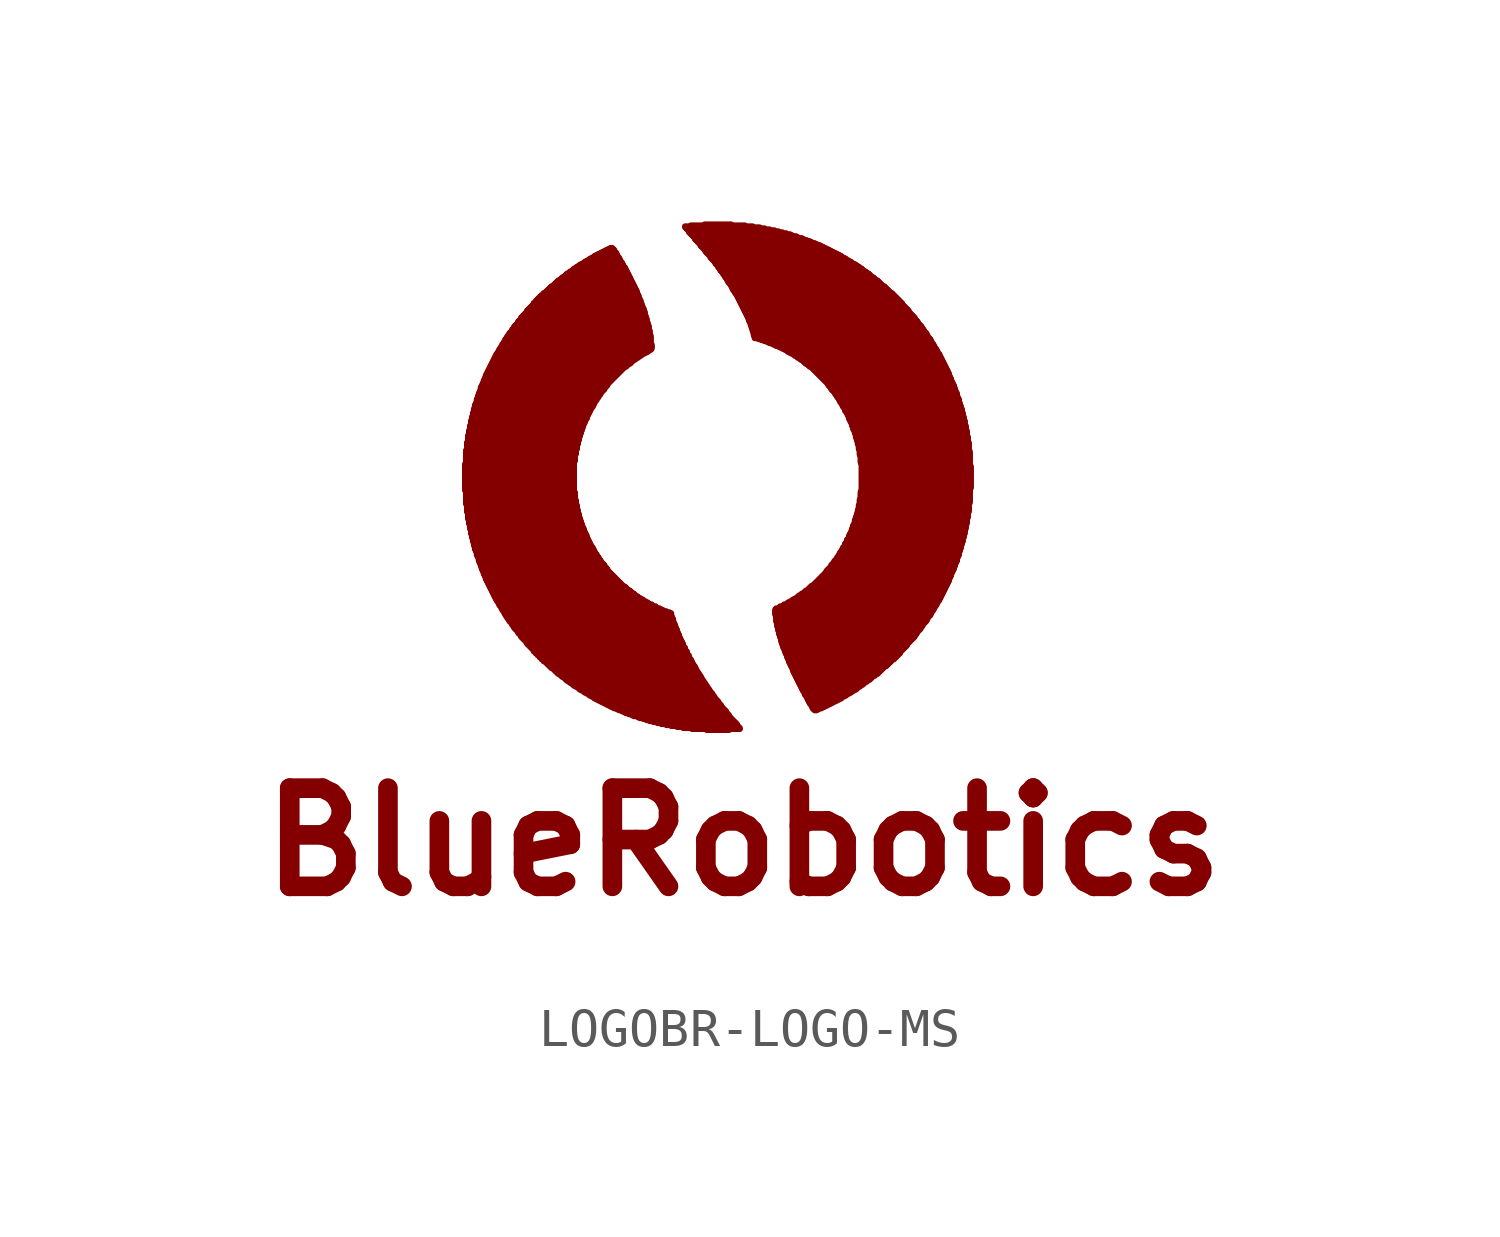
<source format=kicad_sym>
(kicad_symbol_lib
  (version 20231120)
  (generator "kicad_symbol_editor")
  (generator_version "8.0")
  (symbol "LOGOBR-LOGO-MS"
    (property "Reference" ""
      (at 0 0 0)
      (effects (font (size 1.27 1.27)) (hide yes)))
    (property "ki_locked" ""
      (at 0 0 0)
      (effects (font (size 1.27 1.27))))
    (symbol "LOGOBR-LOGO-MS_1_0"
      (rectangle (start -0.013 6.185) (end 2.807 6.21) (stroke (width 0) (type default)) (fill (type outline)))
      (rectangle (start -0.013 6.21) (end 2.807 6.236) (stroke (width 0) (type default)) (fill (type outline)))
      (rectangle (start -0.013 6.236) (end 2.807 6.261) (stroke (width 0) (type default)) (fill (type outline)))
      (rectangle (start -0.013 6.261) (end 2.807 6.287) (stroke (width 0) (type default)) (fill (type outline)))
      (rectangle (start -0.013 6.287) (end 2.807 6.312) (stroke (width 0) (type default)) (fill (type outline)))
      (rectangle (start -0.013 6.312) (end 2.807 6.337) (stroke (width 0) (type default)) (fill (type outline)))
      (rectangle (start -0.013 6.337) (end 2.807 6.363) (stroke (width 0) (type default)) (fill (type outline)))
      (rectangle (start -0.013 6.363) (end 2.807 6.388) (stroke (width 0) (type default)) (fill (type outline)))
      (rectangle (start -0.013 6.388) (end 2.807 6.413) (stroke (width 0) (type default)) (fill (type outline)))
      (rectangle (start -0.013 6.413) (end 2.807 6.439) (stroke (width 0) (type default)) (fill (type outline)))
      (rectangle (start -0.013 6.439) (end 2.807 6.464) (stroke (width 0) (type default)) (fill (type outline)))
      (rectangle (start -0.013 6.464) (end 2.807 6.49) (stroke (width 0) (type default)) (fill (type outline)))
      (rectangle (start -0.013 6.49) (end 2.807 6.515) (stroke (width 0) (type default)) (fill (type outline)))
      (rectangle (start -0.013 6.515) (end 2.807 6.54) (stroke (width 0) (type default)) (fill (type outline)))
      (rectangle (start -0.013 6.54) (end 2.807 6.566) (stroke (width 0) (type default)) (fill (type outline)))
      (rectangle (start -0.013 6.566) (end 2.807 6.591) (stroke (width 0) (type default)) (fill (type outline)))
      (rectangle (start -0.013 6.591) (end 2.807 6.617) (stroke (width 0) (type default)) (fill (type outline)))
      (rectangle (start -0.013 6.617) (end 2.807 6.642) (stroke (width 0) (type default)) (fill (type outline)))
      (rectangle (start -0.013 6.642) (end 2.807 6.668) (stroke (width 0) (type default)) (fill (type outline)))
      (rectangle (start -0.013 6.668) (end 2.807 6.693) (stroke (width 0) (type default)) (fill (type outline)))
      (rectangle (start -0.013 6.693) (end 2.807 6.718) (stroke (width 0) (type default)) (fill (type outline)))
      (rectangle (start -0.013 6.718) (end 2.807 6.744) (stroke (width 0) (type default)) (fill (type outline)))
      (rectangle (start -0.013 6.744) (end 2.807 6.769) (stroke (width 0) (type default)) (fill (type outline)))
      (rectangle (start -0.013 6.769) (end 2.807 6.795) (stroke (width 0) (type default)) (fill (type outline)))
      (rectangle (start -0.013 6.795) (end 2.807 6.82) (stroke (width 0) (type default)) (fill (type outline)))
      (rectangle (start -0.013 6.82) (end 2.807 6.845) (stroke (width 0) (type default)) (fill (type outline)))
      (rectangle (start -0.013 6.845) (end 2.807 6.871) (stroke (width 0) (type default)) (fill (type outline)))
      (rectangle (start 0.013 5.829) (end 2.857 5.855) (stroke (width 0) (type default)) (fill (type outline)))
      (rectangle (start 0.013 5.855) (end 2.857 5.88) (stroke (width 0) (type default)) (fill (type outline)))
      (rectangle (start 0.013 5.88) (end 2.857 5.905) (stroke (width 0) (type default)) (fill (type outline)))
      (rectangle (start 0.013 5.905) (end 2.857 5.931) (stroke (width 0) (type default)) (fill (type outline)))
      (rectangle (start 0.013 5.931) (end 2.832 5.956) (stroke (width 0) (type default)) (fill (type outline)))
      (rectangle (start 0.013 5.956) (end 2.832 5.982) (stroke (width 0) (type default)) (fill (type outline)))
      (rectangle (start 0.013 5.982) (end 2.832 6.007) (stroke (width 0) (type default)) (fill (type outline)))
      (rectangle (start 0.013 6.007) (end 2.832 6.032) (stroke (width 0) (type default)) (fill (type outline)))
      (rectangle (start 0.013 6.032) (end 2.832 6.058) (stroke (width 0) (type default)) (fill (type outline)))
      (rectangle (start 0.013 6.058) (end 2.832 6.083) (stroke (width 0) (type default)) (fill (type outline)))
      (rectangle (start 0.013 6.083) (end 2.832 6.109) (stroke (width 0) (type default)) (fill (type outline)))
      (rectangle (start 0.013 6.109) (end 2.832 6.134) (stroke (width 0) (type default)) (fill (type outline)))
      (rectangle (start 0.013 6.134) (end 2.807 6.16) (stroke (width 0) (type default)) (fill (type outline)))
      (rectangle (start 0.013 6.16) (end 2.807 6.185) (stroke (width 0) (type default)) (fill (type outline)))
      (rectangle (start 0.013 6.871) (end 2.807 6.896) (stroke (width 0) (type default)) (fill (type outline)))
      (rectangle (start 0.013 6.896) (end 2.807 6.921) (stroke (width 0) (type default)) (fill (type outline)))
      (rectangle (start 0.013 6.921) (end 2.807 6.947) (stroke (width 0) (type default)) (fill (type outline)))
      (rectangle (start 0.013 6.947) (end 2.832 6.972) (stroke (width 0) (type default)) (fill (type outline)))
      (rectangle (start 0.013 6.972) (end 2.832 6.998) (stroke (width 0) (type default)) (fill (type outline)))
      (rectangle (start 0.013 6.998) (end 2.832 7.023) (stroke (width 0) (type default)) (fill (type outline)))
      (rectangle (start 0.013 7.023) (end 2.832 7.048) (stroke (width 0) (type default)) (fill (type outline)))
      (rectangle (start 0.013 7.048) (end 2.832 7.074) (stroke (width 0) (type default)) (fill (type outline)))
      (rectangle (start 0.013 7.074) (end 2.832 7.099) (stroke (width 0) (type default)) (fill (type outline)))
      (rectangle (start 0.013 7.099) (end 2.832 7.125) (stroke (width 0) (type default)) (fill (type outline)))
      (rectangle (start 0.013 7.125) (end 2.857 7.15) (stroke (width 0) (type default)) (fill (type outline)))
      (rectangle (start 0.013 7.15) (end 2.857 7.176) (stroke (width 0) (type default)) (fill (type outline)))
      (rectangle (start 0.013 7.176) (end 2.857 7.201) (stroke (width 0) (type default)) (fill (type outline)))
      (rectangle (start 0.013 7.201) (end 2.857 7.226) (stroke (width 0) (type default)) (fill (type outline)))
      (rectangle (start 0.038 5.626) (end 2.908 5.652) (stroke (width 0) (type default)) (fill (type outline)))
      (rectangle (start 0.038 5.652) (end 2.908 5.677) (stroke (width 0) (type default)) (fill (type outline)))
      (rectangle (start 0.038 5.677) (end 2.883 5.702) (stroke (width 0) (type default)) (fill (type outline)))
      (rectangle (start 0.038 5.702) (end 2.883 5.728) (stroke (width 0) (type default)) (fill (type outline)))
      (rectangle (start 0.038 5.728) (end 2.883 5.753) (stroke (width 0) (type default)) (fill (type outline)))
      (rectangle (start 0.038 5.753) (end 2.883 5.779) (stroke (width 0) (type default)) (fill (type outline)))
      (rectangle (start 0.038 5.779) (end 2.883 5.804) (stroke (width 0) (type default)) (fill (type outline)))
      (rectangle (start 0.038 5.804) (end 2.857 5.829) (stroke (width 0) (type default)) (fill (type outline)))
      (rectangle (start 0.038 7.226) (end 2.857 7.252) (stroke (width 0) (type default)) (fill (type outline)))
      (rectangle (start 0.038 7.252) (end 2.883 7.277) (stroke (width 0) (type default)) (fill (type outline)))
      (rectangle (start 0.038 7.277) (end 2.883 7.303) (stroke (width 0) (type default)) (fill (type outline)))
      (rectangle (start 0.038 7.303) (end 2.883 7.328) (stroke (width 0) (type default)) (fill (type outline)))
      (rectangle (start 0.038 7.328) (end 2.883 7.353) (stroke (width 0) (type default)) (fill (type outline)))
      (rectangle (start 0.038 7.353) (end 2.883 7.379) (stroke (width 0) (type default)) (fill (type outline)))
      (rectangle (start 0.038 7.379) (end 2.908 7.404) (stroke (width 0) (type default)) (fill (type outline)))
      (rectangle (start 0.038 7.404) (end 2.908 7.429) (stroke (width 0) (type default)) (fill (type outline)))
      (rectangle (start 0.064 5.448) (end 2.959 5.474) (stroke (width 0) (type default)) (fill (type outline)))
      (rectangle (start 0.064 5.474) (end 2.934 5.499) (stroke (width 0) (type default)) (fill (type outline)))
      (rectangle (start 0.064 5.499) (end 2.934 5.524) (stroke (width 0) (type default)) (fill (type outline)))
      (rectangle (start 0.064 5.524) (end 2.934 5.55) (stroke (width 0) (type default)) (fill (type outline)))
      (rectangle (start 0.064 5.55) (end 2.934 5.575) (stroke (width 0) (type default)) (fill (type outline)))
      (rectangle (start 0.064 5.575) (end 2.908 5.601) (stroke (width 0) (type default)) (fill (type outline)))
      (rectangle (start 0.064 5.601) (end 2.908 5.626) (stroke (width 0) (type default)) (fill (type outline)))
      (rectangle (start 0.064 7.429) (end 2.908 7.455) (stroke (width 0) (type default)) (fill (type outline)))
      (rectangle (start 0.064 7.455) (end 2.908 7.48) (stroke (width 0) (type default)) (fill (type outline)))
      (rectangle (start 0.064 7.48) (end 2.934 7.506) (stroke (width 0) (type default)) (fill (type outline)))
      (rectangle (start 0.064 7.506) (end 2.934 7.531) (stroke (width 0) (type default)) (fill (type outline)))
      (rectangle (start 0.064 7.531) (end 2.934 7.556) (stroke (width 0) (type default)) (fill (type outline)))
      (rectangle (start 0.064 7.556) (end 2.934 7.582) (stroke (width 0) (type default)) (fill (type outline)))
      (rectangle (start 0.064 7.582) (end 2.959 7.607) (stroke (width 0) (type default)) (fill (type outline)))
      (rectangle (start 0.089 5.321) (end 2.985 5.347) (stroke (width 0) (type default)) (fill (type outline)))
      (rectangle (start 0.089 5.347) (end 2.985 5.372) (stroke (width 0) (type default)) (fill (type outline)))
      (rectangle (start 0.089 5.372) (end 2.985 5.397) (stroke (width 0) (type default)) (fill (type outline)))
      (rectangle (start 0.089 5.397) (end 2.959 5.423) (stroke (width 0) (type default)) (fill (type outline)))
      (rectangle (start 0.089 5.423) (end 2.959 5.448) (stroke (width 0) (type default)) (fill (type outline)))
      (rectangle (start 0.089 7.607) (end 2.959 7.633) (stroke (width 0) (type default)) (fill (type outline)))
      (rectangle (start 0.089 7.633) (end 2.959 7.658) (stroke (width 0) (type default)) (fill (type outline)))
      (rectangle (start 0.089 7.658) (end 2.985 7.684) (stroke (width 0) (type default)) (fill (type outline)))
      (rectangle (start 0.089 7.684) (end 2.985 7.709) (stroke (width 0) (type default)) (fill (type outline)))
      (rectangle (start 0.089 7.709) (end 2.985 7.734) (stroke (width 0) (type default)) (fill (type outline)))
      (rectangle (start 0.114 5.194) (end 3.035 5.22) (stroke (width 0) (type default)) (fill (type outline)))
      (rectangle (start 0.114 5.22) (end 3.035 5.245) (stroke (width 0) (type default)) (fill (type outline)))
      (rectangle (start 0.114 5.245) (end 3.01 5.271) (stroke (width 0) (type default)) (fill (type outline)))
      (rectangle (start 0.114 5.271) (end 3.01 5.296) (stroke (width 0) (type default)) (fill (type outline)))
      (rectangle (start 0.114 5.296) (end 3.01 5.321) (stroke (width 0) (type default)) (fill (type outline)))
      (rectangle (start 0.114 7.734) (end 3.01 7.76) (stroke (width 0) (type default)) (fill (type outline)))
      (rectangle (start 0.114 7.76) (end 3.01 7.785) (stroke (width 0) (type default)) (fill (type outline)))
      (rectangle (start 0.114 7.785) (end 3.01 7.811) (stroke (width 0) (type default)) (fill (type outline)))
      (rectangle (start 0.114 7.811) (end 3.035 7.836) (stroke (width 0) (type default)) (fill (type outline)))
      (rectangle (start 0.114 7.836) (end 3.035 7.861) (stroke (width 0) (type default)) (fill (type outline)))
      (rectangle (start 0.14 5.067) (end 3.086 5.093) (stroke (width 0) (type default)) (fill (type outline)))
      (rectangle (start 0.14 5.093) (end 3.086 5.118) (stroke (width 0) (type default)) (fill (type outline)))
      (rectangle (start 0.14 5.118) (end 3.061 5.144) (stroke (width 0) (type default)) (fill (type outline)))
      (rectangle (start 0.14 5.144) (end 3.061 5.169) (stroke (width 0) (type default)) (fill (type outline)))
      (rectangle (start 0.14 5.169) (end 3.061 5.194) (stroke (width 0) (type default)) (fill (type outline)))
      (rectangle (start 0.14 7.861) (end 3.035 7.887) (stroke (width 0) (type default)) (fill (type outline)))
      (rectangle (start 0.14 7.887) (end 3.061 7.912) (stroke (width 0) (type default)) (fill (type outline)))
      (rectangle (start 0.14 7.912) (end 3.061 7.938) (stroke (width 0) (type default)) (fill (type outline)))
      (rectangle (start 0.14 7.938) (end 3.086 7.963) (stroke (width 0) (type default)) (fill (type outline)))
      (rectangle (start 0.14 7.963) (end 3.086 7.988) (stroke (width 0) (type default)) (fill (type outline)))
      (rectangle (start 0.165 4.966) (end 3.137 4.991) (stroke (width 0) (type default)) (fill (type outline)))
      (rectangle (start 0.165 4.991) (end 3.137 5.016) (stroke (width 0) (type default)) (fill (type outline)))
      (rectangle (start 0.165 5.016) (end 3.111 5.042) (stroke (width 0) (type default)) (fill (type outline)))
      (rectangle (start 0.165 5.042) (end 3.111 5.067) (stroke (width 0) (type default)) (fill (type outline)))
      (rectangle (start 0.165 7.988) (end 3.086 8.014) (stroke (width 0) (type default)) (fill (type outline)))
      (rectangle (start 0.165 8.014) (end 3.111 8.039) (stroke (width 0) (type default)) (fill (type outline)))
      (rectangle (start 0.165 8.039) (end 3.137 8.065) (stroke (width 0) (type default)) (fill (type outline)))
      (rectangle (start 0.165 8.065) (end 3.137 8.09) (stroke (width 0) (type default)) (fill (type outline)))
      (rectangle (start 0.191 4.864) (end 3.188 4.889) (stroke (width 0) (type default)) (fill (type outline)))
      (rectangle (start 0.191 4.889) (end 3.162 4.915) (stroke (width 0) (type default)) (fill (type outline)))
      (rectangle (start 0.191 4.915) (end 3.162 4.94) (stroke (width 0) (type default)) (fill (type outline)))
      (rectangle (start 0.191 4.94) (end 3.137 4.966) (stroke (width 0) (type default)) (fill (type outline)))
      (rectangle (start 0.191 8.09) (end 3.137 8.115) (stroke (width 0) (type default)) (fill (type outline)))
      (rectangle (start 0.191 8.115) (end 3.162 8.141) (stroke (width 0) (type default)) (fill (type outline)))
      (rectangle (start 0.191 8.141) (end 3.162 8.166) (stroke (width 0) (type default)) (fill (type outline)))
      (rectangle (start 0.191 8.166) (end 3.188 8.191) (stroke (width 0) (type default)) (fill (type outline)))
      (rectangle (start 0.216 4.763) (end 3.239 4.788) (stroke (width 0) (type default)) (fill (type outline)))
      (rectangle (start 0.216 4.788) (end 3.213 4.813) (stroke (width 0) (type default)) (fill (type outline)))
      (rectangle (start 0.216 4.813) (end 3.213 4.839) (stroke (width 0) (type default)) (fill (type outline)))
      (rectangle (start 0.216 4.839) (end 3.188 4.864) (stroke (width 0) (type default)) (fill (type outline)))
      (rectangle (start 0.216 8.191) (end 3.188 8.217) (stroke (width 0) (type default)) (fill (type outline)))
      (rectangle (start 0.216 8.217) (end 3.213 8.242) (stroke (width 0) (type default)) (fill (type outline)))
      (rectangle (start 0.216 8.242) (end 3.213 8.268) (stroke (width 0) (type default)) (fill (type outline)))
      (rectangle (start 0.216 8.268) (end 3.239 8.293) (stroke (width 0) (type default)) (fill (type outline)))
      (rectangle (start 0.241 4.661) (end 3.289 4.686) (stroke (width 0) (type default)) (fill (type outline)))
      (rectangle (start 0.241 4.686) (end 3.289 4.712) (stroke (width 0) (type default)) (fill (type outline)))
      (rectangle (start 0.241 4.712) (end 3.264 4.737) (stroke (width 0) (type default)) (fill (type outline)))
      (rectangle (start 0.241 4.737) (end 3.239 4.763) (stroke (width 0) (type default)) (fill (type outline)))
      (rectangle (start 0.241 8.293) (end 3.239 8.319) (stroke (width 0) (type default)) (fill (type outline)))
      (rectangle (start 0.241 8.319) (end 3.264 8.344) (stroke (width 0) (type default)) (fill (type outline)))
      (rectangle (start 0.241 8.344) (end 3.289 8.369) (stroke (width 0) (type default)) (fill (type outline)))
      (rectangle (start 0.241 8.369) (end 3.289 8.395) (stroke (width 0) (type default)) (fill (type outline)))
      (rectangle (start 0.267 4.61) (end 3.315 4.636) (stroke (width 0) (type default)) (fill (type outline)))
      (rectangle (start 0.267 4.636) (end 3.315 4.661) (stroke (width 0) (type default)) (fill (type outline)))
      (rectangle (start 0.267 8.395) (end 3.315 8.42) (stroke (width 0) (type default)) (fill (type outline)))
      (rectangle (start 0.267 8.42) (end 3.315 8.445) (stroke (width 0) (type default)) (fill (type outline)))
      (rectangle (start 0.292 4.508) (end 3.391 4.534) (stroke (width 0) (type default)) (fill (type outline)))
      (rectangle (start 0.292 4.534) (end 3.365 4.559) (stroke (width 0) (type default)) (fill (type outline)))
      (rectangle (start 0.292 4.559) (end 3.34 4.585) (stroke (width 0) (type default)) (fill (type outline)))
      (rectangle (start 0.292 4.585) (end 3.34 4.61) (stroke (width 0) (type default)) (fill (type outline)))
      (rectangle (start 0.292 8.445) (end 3.34 8.471) (stroke (width 0) (type default)) (fill (type outline)))
      (rectangle (start 0.292 8.471) (end 3.34 8.496) (stroke (width 0) (type default)) (fill (type outline)))
      (rectangle (start 0.292 8.496) (end 3.365 8.522) (stroke (width 0) (type default)) (fill (type outline)))
      (rectangle (start 0.292 8.522) (end 3.391 8.547) (stroke (width 0) (type default)) (fill (type outline)))
      (rectangle (start 0.318 4.458) (end 3.416 4.483) (stroke (width 0) (type default)) (fill (type outline)))
      (rectangle (start 0.318 4.483) (end 3.391 4.508) (stroke (width 0) (type default)) (fill (type outline)))
      (rectangle (start 0.318 8.547) (end 3.391 8.572) (stroke (width 0) (type default)) (fill (type outline)))
      (rectangle (start 0.318 8.572) (end 3.416 8.598) (stroke (width 0) (type default)) (fill (type outline)))
      (rectangle (start 0.318 8.598) (end 3.442 8.623) (stroke (width 0) (type default)) (fill (type outline)))
      (rectangle (start 0.343 4.356) (end 3.493 4.381) (stroke (width 0) (type default)) (fill (type outline)))
      (rectangle (start 0.343 4.381) (end 3.467 4.407) (stroke (width 0) (type default)) (fill (type outline)))
      (rectangle (start 0.343 4.407) (end 3.442 4.432) (stroke (width 0) (type default)) (fill (type outline)))
      (rectangle (start 0.343 4.432) (end 3.442 4.458) (stroke (width 0) (type default)) (fill (type outline)))
      (rectangle (start 0.343 8.623) (end 3.442 8.649) (stroke (width 0) (type default)) (fill (type outline)))
      (rectangle (start 0.343 8.649) (end 3.467 8.674) (stroke (width 0) (type default)) (fill (type outline)))
      (rectangle (start 0.343 8.674) (end 3.493 8.7) (stroke (width 0) (type default)) (fill (type outline)))
      (rectangle (start 0.368 4.305) (end 3.518 4.331) (stroke (width 0) (type default)) (fill (type outline)))
      (rectangle (start 0.368 4.331) (end 3.493 4.356) (stroke (width 0) (type default)) (fill (type outline)))
      (rectangle (start 0.368 8.7) (end 3.493 8.725) (stroke (width 0) (type default)) (fill (type outline)))
      (rectangle (start 0.368 8.725) (end 3.518 8.75) (stroke (width 0) (type default)) (fill (type outline)))
      (rectangle (start 0.394 4.229) (end 3.594 4.255) (stroke (width 0) (type default)) (fill (type outline)))
      (rectangle (start 0.394 4.255) (end 3.569 4.28) (stroke (width 0) (type default)) (fill (type outline)))
      (rectangle (start 0.394 4.28) (end 3.543 4.305) (stroke (width 0) (type default)) (fill (type outline)))
      (rectangle (start 0.394 8.75) (end 3.543 8.776) (stroke (width 0) (type default)) (fill (type outline)))
      (rectangle (start 0.394 8.776) (end 3.569 8.801) (stroke (width 0) (type default)) (fill (type outline)))
      (rectangle (start 0.394 8.801) (end 3.594 8.826) (stroke (width 0) (type default)) (fill (type outline)))
      (rectangle (start 0.394 8.826) (end 3.594 8.852) (stroke (width 0) (type default)) (fill (type outline)))
      (rectangle (start 0.419 4.153) (end 3.645 4.178) (stroke (width 0) (type default)) (fill (type outline)))
      (rectangle (start 0.419 4.178) (end 3.619 4.204) (stroke (width 0) (type default)) (fill (type outline)))
      (rectangle (start 0.419 4.204) (end 3.594 4.229) (stroke (width 0) (type default)) (fill (type outline)))
      (rectangle (start 0.419 8.852) (end 3.619 8.877) (stroke (width 0) (type default)) (fill (type outline)))
      (rectangle (start 0.419 8.877) (end 3.645 8.903) (stroke (width 0) (type default)) (fill (type outline)))
      (rectangle (start 0.445 4.102) (end 3.67 4.128) (stroke (width 0) (type default)) (fill (type outline)))
      (rectangle (start 0.445 4.128) (end 3.67 4.153) (stroke (width 0) (type default)) (fill (type outline)))
      (rectangle (start 0.445 8.903) (end 3.67 8.928) (stroke (width 0) (type default)) (fill (type outline)))
      (rectangle (start 0.445 8.928) (end 3.67 8.954) (stroke (width 0) (type default)) (fill (type outline)))
      (rectangle (start 0.47 4.026) (end 3.747 4.051) (stroke (width 0) (type default)) (fill (type outline)))
      (rectangle (start 0.47 4.051) (end 3.721 4.077) (stroke (width 0) (type default)) (fill (type outline)))
      (rectangle (start 0.47 4.077) (end 3.696 4.102) (stroke (width 0) (type default)) (fill (type outline)))
      (rectangle (start 0.47 8.954) (end 3.696 8.979) (stroke (width 0) (type default)) (fill (type outline)))
      (rectangle (start 0.47 8.979) (end 3.721 9.004) (stroke (width 0) (type default)) (fill (type outline)))
      (rectangle (start 0.47 9.004) (end 3.747 9.03) (stroke (width 0) (type default)) (fill (type outline)))
      (rectangle (start 0.495 3.975) (end 3.797 4) (stroke (width 0) (type default)) (fill (type outline)))
      (rectangle (start 0.495 4) (end 3.772 4.026) (stroke (width 0) (type default)) (fill (type outline)))
      (rectangle (start 0.495 9.03) (end 3.772 9.055) (stroke (width 0) (type default)) (fill (type outline)))
      (rectangle (start 0.495 9.055) (end 3.797 9.081) (stroke (width 0) (type default)) (fill (type outline)))
      (rectangle (start 0.521 3.899) (end 3.873 3.924) (stroke (width 0) (type default)) (fill (type outline)))
      (rectangle (start 0.521 3.924) (end 3.848 3.95) (stroke (width 0) (type default)) (fill (type outline)))
      (rectangle (start 0.521 3.95) (end 3.823 3.975) (stroke (width 0) (type default)) (fill (type outline)))
      (rectangle (start 0.521 9.081) (end 3.823 9.106) (stroke (width 0) (type default)) (fill (type outline)))
      (rectangle (start 0.521 9.106) (end 3.848 9.131) (stroke (width 0) (type default)) (fill (type outline)))
      (rectangle (start 0.521 9.131) (end 3.873 9.157) (stroke (width 0) (type default)) (fill (type outline)))
      (rectangle (start 0.546 3.848) (end 3.924 3.873) (stroke (width 0) (type default)) (fill (type outline)))
      (rectangle (start 0.546 3.873) (end 3.899 3.899) (stroke (width 0) (type default)) (fill (type outline)))
      (rectangle (start 0.546 9.157) (end 3.899 9.182) (stroke (width 0) (type default)) (fill (type outline)))
      (rectangle (start 0.546 9.182) (end 3.924 9.207) (stroke (width 0) (type default)) (fill (type outline)))
      (rectangle (start 0.572 3.797) (end 3.975 3.823) (stroke (width 0) (type default)) (fill (type outline)))
      (rectangle (start 0.572 3.823) (end 3.95 3.848) (stroke (width 0) (type default)) (fill (type outline)))
      (rectangle (start 0.572 9.207) (end 3.95 9.233) (stroke (width 0) (type default)) (fill (type outline)))
      (rectangle (start 0.572 9.233) (end 3.975 9.258) (stroke (width 0) (type default)) (fill (type outline)))
      (rectangle (start 0.597 3.747) (end 4.026 3.772) (stroke (width 0) (type default)) (fill (type outline)))
      (rectangle (start 0.597 3.772) (end 4 3.797) (stroke (width 0) (type default)) (fill (type outline)))
      (rectangle (start 0.597 9.258) (end 4 9.284) (stroke (width 0) (type default)) (fill (type outline)))
      (rectangle (start 0.597 9.284) (end 4.026 9.309) (stroke (width 0) (type default)) (fill (type outline)))
      (rectangle (start 0.622 3.696) (end 4.077 3.721) (stroke (width 0) (type default)) (fill (type outline)))
      (rectangle (start 0.622 3.721) (end 4.051 3.747) (stroke (width 0) (type default)) (fill (type outline)))
      (rectangle (start 0.622 9.309) (end 4.051 9.335) (stroke (width 0) (type default)) (fill (type outline)))
      (rectangle (start 0.622 9.335) (end 4.077 9.36) (stroke (width 0) (type default)) (fill (type outline)))
      (rectangle (start 0.648 3.645) (end 4.153 3.67) (stroke (width 0) (type default)) (fill (type outline)))
      (rectangle (start 0.648 3.67) (end 4.128 3.696) (stroke (width 0) (type default)) (fill (type outline)))
      (rectangle (start 0.648 9.36) (end 4.102 9.385) (stroke (width 0) (type default)) (fill (type outline)))
      (rectangle (start 0.648 9.385) (end 4.153 9.411) (stroke (width 0) (type default)) (fill (type outline)))
      (rectangle (start 0.673 3.594) (end 4.204 3.619) (stroke (width 0) (type default)) (fill (type outline)))
      (rectangle (start 0.673 3.619) (end 4.178 3.645) (stroke (width 0) (type default)) (fill (type outline)))
      (rectangle (start 0.673 9.411) (end 4.178 9.436) (stroke (width 0) (type default)) (fill (type outline)))
      (rectangle (start 0.673 9.436) (end 4.204 9.461) (stroke (width 0) (type default)) (fill (type outline)))
      (rectangle (start 0.699 3.543) (end 4.28 3.569) (stroke (width 0) (type default)) (fill (type outline)))
      (rectangle (start 0.699 3.569) (end 4.255 3.594) (stroke (width 0) (type default)) (fill (type outline)))
      (rectangle (start 0.699 9.461) (end 4.255 9.487) (stroke (width 0) (type default)) (fill (type outline)))
      (rectangle (start 0.699 9.487) (end 4.28 9.512) (stroke (width 0) (type default)) (fill (type outline)))
      (rectangle (start 0.724 3.493) (end 4.356 3.518) (stroke (width 0) (type default)) (fill (type outline)))
      (rectangle (start 0.724 3.518) (end 4.305 3.543) (stroke (width 0) (type default)) (fill (type outline)))
      (rectangle (start 0.724 9.512) (end 4.305 9.538) (stroke (width 0) (type default)) (fill (type outline)))
      (rectangle (start 0.724 9.538) (end 4.331 9.563) (stroke (width 0) (type default)) (fill (type outline)))
      (rectangle (start 0.749 3.442) (end 4.407 3.467) (stroke (width 0) (type default)) (fill (type outline)))
      (rectangle (start 0.749 3.467) (end 4.381 3.493) (stroke (width 0) (type default)) (fill (type outline)))
      (rectangle (start 0.749 9.563) (end 4.381 9.588) (stroke (width 0) (type default)) (fill (type outline)))
      (rectangle (start 0.749 9.588) (end 4.407 9.614) (stroke (width 0) (type default)) (fill (type outline)))
      (rectangle (start 0.775 3.391) (end 4.483 3.416) (stroke (width 0) (type default)) (fill (type outline)))
      (rectangle (start 0.775 3.416) (end 4.458 3.442) (stroke (width 0) (type default)) (fill (type outline)))
      (rectangle (start 0.775 9.614) (end 4.458 9.639) (stroke (width 0) (type default)) (fill (type outline)))
      (rectangle (start 0.775 9.639) (end 4.483 9.665) (stroke (width 0) (type default)) (fill (type outline)))
      (rectangle (start 0.8 3.34) (end 4.585 3.365) (stroke (width 0) (type default)) (fill (type outline)))
      (rectangle (start 0.8 3.365) (end 4.534 3.391) (stroke (width 0) (type default)) (fill (type outline)))
      (rectangle (start 0.8 9.665) (end 4.534 9.69) (stroke (width 0) (type default)) (fill (type outline)))
      (rectangle (start 0.8 9.69) (end 4.559 9.716) (stroke (width 0) (type default)) (fill (type outline)))
      (rectangle (start 0.826 3.315) (end 4.61 3.34) (stroke (width 0) (type default)) (fill (type outline)))
      (rectangle (start 0.826 9.716) (end 4.61 9.741) (stroke (width 0) (type default)) (fill (type outline)))
      (rectangle (start 0.851 3.264) (end 4.712 3.289) (stroke (width 0) (type default)) (fill (type outline)))
      (rectangle (start 0.851 3.289) (end 4.661 3.315) (stroke (width 0) (type default)) (fill (type outline)))
      (rectangle (start 0.851 9.741) (end 4.661 9.766) (stroke (width 0) (type default)) (fill (type outline)))
      (rectangle (start 0.851 9.766) (end 4.712 9.792) (stroke (width 0) (type default)) (fill (type outline)))
      (rectangle (start 0.876 3.213) (end 4.813 3.239) (stroke (width 0) (type default)) (fill (type outline)))
      (rectangle (start 0.876 3.239) (end 4.737 3.264) (stroke (width 0) (type default)) (fill (type outline)))
      (rectangle (start 0.876 9.792) (end 4.737 9.817) (stroke (width 0) (type default)) (fill (type outline)))
      (rectangle (start 0.876 9.817) (end 4.788 9.842) (stroke (width 0) (type default)) (fill (type outline)))
      (rectangle (start 0.902 3.188) (end 4.839 3.213) (stroke (width 0) (type default)) (fill (type outline)))
      (rectangle (start 0.902 9.842) (end 4.813 9.868) (stroke (width 0) (type default)) (fill (type outline)))
      (rectangle (start 0.927 3.137) (end 4.94 3.162) (stroke (width 0) (type default)) (fill (type outline)))
      (rectangle (start 0.927 3.162) (end 4.915 3.188) (stroke (width 0) (type default)) (fill (type outline)))
      (rectangle (start 0.927 9.868) (end 4.813 9.893) (stroke (width 0) (type default)) (fill (type outline)))
      (rectangle (start 0.927 9.893) (end 4.813 9.919) (stroke (width 0) (type default)) (fill (type outline)))
      (rectangle (start 0.953 3.086) (end 5.067 3.111) (stroke (width 0) (type default)) (fill (type outline)))
      (rectangle (start 0.953 3.111) (end 5.016 3.137) (stroke (width 0) (type default)) (fill (type outline)))
      (rectangle (start 0.953 9.919) (end 4.813 9.944) (stroke (width 0) (type default)) (fill (type outline)))
      (rectangle (start 0.953 9.944) (end 4.813 9.97) (stroke (width 0) (type default)) (fill (type outline)))
      (rectangle (start 0.978 3.061) (end 5.118 3.086) (stroke (width 0) (type default)) (fill (type outline)))
      (rectangle (start 0.978 9.97) (end 4.788 9.995) (stroke (width 0) (type default)) (fill (type outline)))
      (rectangle (start 1.003 3.01) (end 5.271 3.035) (stroke (width 0) (type default)) (fill (type outline)))
      (rectangle (start 1.003 3.035) (end 5.194 3.061) (stroke (width 0) (type default)) (fill (type outline)))
      (rectangle (start 1.003 9.995) (end 4.788 10.02) (stroke (width 0) (type default)) (fill (type outline)))
      (rectangle (start 1.003 10.02) (end 4.788 10.046) (stroke (width 0) (type default)) (fill (type outline)))
      (rectangle (start 1.029 2.959) (end 5.321 2.985) (stroke (width 0) (type default)) (fill (type outline)))
      (rectangle (start 1.029 2.985) (end 5.321 3.01) (stroke (width 0) (type default)) (fill (type outline)))
      (rectangle (start 1.029 10.046) (end 4.788 10.071) (stroke (width 0) (type default)) (fill (type outline)))
      (rectangle (start 1.029 10.071) (end 4.788 10.097) (stroke (width 0) (type default)) (fill (type outline)))
      (rectangle (start 1.054 2.934) (end 5.321 2.959) (stroke (width 0) (type default)) (fill (type outline)))
      (rectangle (start 1.054 10.097) (end 4.788 10.122) (stroke (width 0) (type default)) (fill (type outline)))
      (rectangle (start 1.079 2.883) (end 5.347 2.908) (stroke (width 0) (type default)) (fill (type outline)))
      (rectangle (start 1.079 2.908) (end 5.321 2.934) (stroke (width 0) (type default)) (fill (type outline)))
      (rectangle (start 1.079 10.122) (end 4.788 10.147) (stroke (width 0) (type default)) (fill (type outline)))
      (rectangle (start 1.079 10.147) (end 4.788 10.173) (stroke (width 0) (type default)) (fill (type outline)))
      (rectangle (start 1.105 2.857) (end 5.347 2.883) (stroke (width 0) (type default)) (fill (type outline)))
      (rectangle (start 1.105 10.173) (end 4.788 10.198) (stroke (width 0) (type default)) (fill (type outline)))
      (rectangle (start 1.13 2.807) (end 5.372 2.832) (stroke (width 0) (type default)) (fill (type outline)))
      (rectangle (start 1.13 2.832) (end 5.372 2.857) (stroke (width 0) (type default)) (fill (type outline)))
      (rectangle (start 1.13 10.198) (end 4.763 10.223) (stroke (width 0) (type default)) (fill (type outline)))
      (rectangle (start 1.13 10.223) (end 4.763 10.249) (stroke (width 0) (type default)) (fill (type outline)))
      (rectangle (start 1.156 2.781) (end 5.372 2.807) (stroke (width 0) (type default)) (fill (type outline)))
      (rectangle (start 1.156 10.249) (end 4.763 10.274) (stroke (width 0) (type default)) (fill (type outline)))
      (rectangle (start 1.181 2.756) (end 5.372 2.781) (stroke (width 0) (type default)) (fill (type outline)))
      (rectangle (start 1.181 10.274) (end 4.763 10.3) (stroke (width 0) (type default)) (fill (type outline)))
      (rectangle (start 1.206 2.705) (end 5.397 2.731) (stroke (width 0) (type default)) (fill (type outline)))
      (rectangle (start 1.206 2.731) (end 5.397 2.756) (stroke (width 0) (type default)) (fill (type outline)))
      (rectangle (start 1.206 10.3) (end 4.763 10.325) (stroke (width 0) (type default)) (fill (type outline)))
      (rectangle (start 1.206 10.325) (end 4.737 10.351) (stroke (width 0) (type default)) (fill (type outline)))
      (rectangle (start 1.232 2.68) (end 5.423 2.705) (stroke (width 0) (type default)) (fill (type outline)))
      (rectangle (start 1.232 10.351) (end 4.737 10.376) (stroke (width 0) (type default)) (fill (type outline)))
      (rectangle (start 1.257 2.629) (end 5.423 2.654) (stroke (width 0) (type default)) (fill (type outline)))
      (rectangle (start 1.257 2.654) (end 5.423 2.68) (stroke (width 0) (type default)) (fill (type outline)))
      (rectangle (start 1.257 10.376) (end 4.737 10.401) (stroke (width 0) (type default)) (fill (type outline)))
      (rectangle (start 1.257 10.401) (end 4.737 10.427) (stroke (width 0) (type default)) (fill (type outline)))
      (rectangle (start 1.283 2.603) (end 5.448 2.629) (stroke (width 0) (type default)) (fill (type outline)))
      (rectangle (start 1.283 10.427) (end 4.737 10.452) (stroke (width 0) (type default)) (fill (type outline)))
      (rectangle (start 1.308 2.578) (end 5.448 2.603) (stroke (width 0) (type default)) (fill (type outline)))
      (rectangle (start 1.308 10.452) (end 4.712 10.477) (stroke (width 0) (type default)) (fill (type outline)))
      (rectangle (start 1.333 2.553) (end 5.474 2.578) (stroke (width 0) (type default)) (fill (type outline)))
      (rectangle (start 1.333 10.477) (end 4.712 10.503) (stroke (width 0) (type default)) (fill (type outline)))
      (rectangle (start 1.359 2.502) (end 5.474 2.527) (stroke (width 0) (type default)) (fill (type outline)))
      (rectangle (start 1.359 2.527) (end 5.474 2.553) (stroke (width 0) (type default)) (fill (type outline)))
      (rectangle (start 1.359 10.503) (end 4.712 10.528) (stroke (width 0) (type default)) (fill (type outline)))
      (rectangle (start 1.359 10.528) (end 4.686 10.554) (stroke (width 0) (type default)) (fill (type outline)))
      (rectangle (start 1.384 2.477) (end 5.499 2.502) (stroke (width 0) (type default)) (fill (type outline)))
      (rectangle (start 1.384 10.554) (end 4.686 10.579) (stroke (width 0) (type default)) (fill (type outline)))
      (rectangle (start 1.41 2.451) (end 5.499 2.477) (stroke (width 0) (type default)) (fill (type outline)))
      (rectangle (start 1.41 10.579) (end 4.686 10.604) (stroke (width 0) (type default)) (fill (type outline)))
      (rectangle (start 1.435 2.4) (end 5.524 2.426) (stroke (width 0) (type default)) (fill (type outline)))
      (rectangle (start 1.435 2.426) (end 5.524 2.451) (stroke (width 0) (type default)) (fill (type outline)))
      (rectangle (start 1.435 10.604) (end 4.686 10.63) (stroke (width 0) (type default)) (fill (type outline)))
      (rectangle (start 1.435 10.63) (end 4.661 10.655) (stroke (width 0) (type default)) (fill (type outline)))
      (rectangle (start 1.46 2.375) (end 5.524 2.4) (stroke (width 0) (type default)) (fill (type outline)))
      (rectangle (start 1.46 10.655) (end 4.661 10.681) (stroke (width 0) (type default)) (fill (type outline)))
      (rectangle (start 1.486 2.349) (end 5.55 2.375) (stroke (width 0) (type default)) (fill (type outline)))
      (rectangle (start 1.486 10.681) (end 4.661 10.706) (stroke (width 0) (type default)) (fill (type outline)))
      (rectangle (start 1.511 2.324) (end 5.55 2.349) (stroke (width 0) (type default)) (fill (type outline)))
      (rectangle (start 1.511 10.706) (end 4.636 10.732) (stroke (width 0) (type default)) (fill (type outline)))
      (rectangle (start 1.537 2.299) (end 5.575 2.324) (stroke (width 0) (type default)) (fill (type outline)))
      (rectangle (start 1.537 10.732) (end 4.636 10.757) (stroke (width 0) (type default)) (fill (type outline)))
      (rectangle (start 1.562 2.273) (end 5.575 2.299) (stroke (width 0) (type default)) (fill (type outline)))
      (rectangle (start 1.562 10.757) (end 4.636 10.782) (stroke (width 0) (type default)) (fill (type outline)))
      (rectangle (start 1.587 2.223) (end 5.601 2.248) (stroke (width 0) (type default)) (fill (type outline)))
      (rectangle (start 1.587 2.248) (end 5.601 2.273) (stroke (width 0) (type default)) (fill (type outline)))
      (rectangle (start 1.587 10.782) (end 4.636 10.808) (stroke (width 0) (type default)) (fill (type outline)))
      (rectangle (start 1.587 10.808) (end 4.61 10.833) (stroke (width 0) (type default)) (fill (type outline)))
      (rectangle (start 1.613 2.197) (end 5.626 2.223) (stroke (width 0) (type default)) (fill (type outline)))
      (rectangle (start 1.613 10.833) (end 4.61 10.858) (stroke (width 0) (type default)) (fill (type outline)))
      (rectangle (start 1.638 2.172) (end 5.626 2.197) (stroke (width 0) (type default)) (fill (type outline)))
      (rectangle (start 1.638 10.858) (end 4.61 10.884) (stroke (width 0) (type default)) (fill (type outline)))
      (rectangle (start 1.664 2.146) (end 5.626 2.172) (stroke (width 0) (type default)) (fill (type outline)))
      (rectangle (start 1.664 10.884) (end 4.585 10.909) (stroke (width 0) (type default)) (fill (type outline)))
      (rectangle (start 1.689 2.121) (end 5.652 2.146) (stroke (width 0) (type default)) (fill (type outline)))
      (rectangle (start 1.689 10.909) (end 4.585 10.935) (stroke (width 0) (type default)) (fill (type outline)))
      (rectangle (start 1.714 2.095) (end 5.677 2.121) (stroke (width 0) (type default)) (fill (type outline)))
      (rectangle (start 1.714 10.935) (end 4.559 10.96) (stroke (width 0) (type default)) (fill (type outline)))
      (rectangle (start 1.74 2.07) (end 5.677 2.095) (stroke (width 0) (type default)) (fill (type outline)))
      (rectangle (start 1.74 10.96) (end 4.559 10.986) (stroke (width 0) (type default)) (fill (type outline)))
      (rectangle (start 1.765 2.019) (end 5.702 2.045) (stroke (width 0) (type default)) (fill (type outline)))
      (rectangle (start 1.765 2.045) (end 5.677 2.07) (stroke (width 0) (type default)) (fill (type outline)))
      (rectangle (start 1.765 10.986) (end 4.559 11.011) (stroke (width 0) (type default)) (fill (type outline)))
      (rectangle (start 1.765 11.011) (end 4.534 11.036) (stroke (width 0) (type default)) (fill (type outline)))
      (rectangle (start 1.816 1.968) (end 5.728 1.994) (stroke (width 0) (type default)) (fill (type outline)))
      (rectangle (start 1.816 1.994) (end 5.728 2.019) (stroke (width 0) (type default)) (fill (type outline)))
      (rectangle (start 1.816 11.036) (end 4.534 11.062) (stroke (width 0) (type default)) (fill (type outline)))
      (rectangle (start 1.816 11.062) (end 4.534 11.087) (stroke (width 0) (type default)) (fill (type outline)))
      (rectangle (start 1.841 11.087) (end 4.508 11.113) (stroke (width 0) (type default)) (fill (type outline)))
      (rectangle (start 1.867 1.918) (end 5.753 1.943) (stroke (width 0) (type default)) (fill (type outline)))
      (rectangle (start 1.867 1.943) (end 5.728 1.968) (stroke (width 0) (type default)) (fill (type outline)))
      (rectangle (start 1.867 11.113) (end 4.508 11.138) (stroke (width 0) (type default)) (fill (type outline)))
      (rectangle (start 1.892 11.138) (end 4.483 11.163) (stroke (width 0) (type default)) (fill (type outline)))
      (rectangle (start 1.918 1.867) (end 5.779 1.892) (stroke (width 0) (type default)) (fill (type outline)))
      (rectangle (start 1.918 1.892) (end 5.779 1.918) (stroke (width 0) (type default)) (fill (type outline)))
      (rectangle (start 1.918 11.163) (end 4.483 11.189) (stroke (width 0) (type default)) (fill (type outline)))
      (rectangle (start 1.943 11.189) (end 4.483 11.214) (stroke (width 0) (type default)) (fill (type outline)))
      (rectangle (start 1.968 1.816) (end 5.804 1.841) (stroke (width 0) (type default)) (fill (type outline)))
      (rectangle (start 1.968 1.841) (end 5.779 1.867) (stroke (width 0) (type default)) (fill (type outline)))
      (rectangle (start 1.968 11.214) (end 4.458 11.239) (stroke (width 0) (type default)) (fill (type outline)))
      (rectangle (start 2.019 1.765) (end 5.829 1.791) (stroke (width 0) (type default)) (fill (type outline)))
      (rectangle (start 2.019 1.791) (end 5.829 1.816) (stroke (width 0) (type default)) (fill (type outline)))
      (rectangle (start 2.019 11.239) (end 4.458 11.265) (stroke (width 0) (type default)) (fill (type outline)))
      (rectangle (start 2.019 11.265) (end 4.432 11.29) (stroke (width 0) (type default)) (fill (type outline)))
      (rectangle (start 2.07 1.74) (end 5.855 1.765) (stroke (width 0) (type default)) (fill (type outline)))
      (rectangle (start 2.07 11.29) (end 4.432 11.316) (stroke (width 0) (type default)) (fill (type outline)))
      (rectangle (start 2.095 1.714) (end 5.855 1.74) (stroke (width 0) (type default)) (fill (type outline)))
      (rectangle (start 2.095 11.316) (end 4.432 11.341) (stroke (width 0) (type default)) (fill (type outline)))
      (rectangle (start 2.121 1.689) (end 5.88 1.714) (stroke (width 0) (type default)) (fill (type outline)))
      (rectangle (start 2.121 11.341) (end 4.407 11.367) (stroke (width 0) (type default)) (fill (type outline)))
      (rectangle (start 2.146 1.664) (end 5.88 1.689) (stroke (width 0) (type default)) (fill (type outline)))
      (rectangle (start 2.146 11.367) (end 4.407 11.392) (stroke (width 0) (type default)) (fill (type outline)))
      (rectangle (start 2.172 1.638) (end 5.905 1.664) (stroke (width 0) (type default)) (fill (type outline)))
      (rectangle (start 2.172 11.392) (end 4.381 11.417) (stroke (width 0) (type default)) (fill (type outline)))
      (rectangle (start 2.197 1.613) (end 5.931 1.638) (stroke (width 0) (type default)) (fill (type outline)))
      (rectangle (start 2.197 11.417) (end 4.381 11.443) (stroke (width 0) (type default)) (fill (type outline)))
      (rectangle (start 2.223 1.587) (end 5.931 1.613) (stroke (width 0) (type default)) (fill (type outline)))
      (rectangle (start 2.223 11.443) (end 4.356 11.468) (stroke (width 0) (type default)) (fill (type outline)))
      (rectangle (start 2.273 1.562) (end 5.956 1.587) (stroke (width 0) (type default)) (fill (type outline)))
      (rectangle (start 2.273 11.468) (end 4.356 11.493) (stroke (width 0) (type default)) (fill (type outline)))
      (rectangle (start 2.299 1.537) (end 5.956 1.562) (stroke (width 0) (type default)) (fill (type outline)))
      (rectangle (start 2.299 11.493) (end 4.331 11.519) (stroke (width 0) (type default)) (fill (type outline)))
      (rectangle (start 2.324 1.511) (end 5.982 1.537) (stroke (width 0) (type default)) (fill (type outline)))
      (rectangle (start 2.324 11.519) (end 4.331 11.544) (stroke (width 0) (type default)) (fill (type outline)))
      (rectangle (start 2.349 1.486) (end 5.982 1.511) (stroke (width 0) (type default)) (fill (type outline)))
      (rectangle (start 2.349 11.544) (end 4.305 11.57) (stroke (width 0) (type default)) (fill (type outline)))
      (rectangle (start 2.375 1.46) (end 6.007 1.486) (stroke (width 0) (type default)) (fill (type outline)))
      (rectangle (start 2.375 11.57) (end 4.305 11.595) (stroke (width 0) (type default)) (fill (type outline)))
      (rectangle (start 2.4 1.435) (end 6.032 1.46) (stroke (width 0) (type default)) (fill (type outline)))
      (rectangle (start 2.4 11.595) (end 4.28 11.62) (stroke (width 0) (type default)) (fill (type outline)))
      (rectangle (start 2.451 1.41) (end 6.032 1.435) (stroke (width 0) (type default)) (fill (type outline)))
      (rectangle (start 2.451 11.62) (end 4.28 11.646) (stroke (width 0) (type default)) (fill (type outline)))
      (rectangle (start 2.477 1.384) (end 6.058 1.41) (stroke (width 0) (type default)) (fill (type outline)))
      (rectangle (start 2.477 11.646) (end 4.255 11.671) (stroke (width 0) (type default)) (fill (type outline)))
      (rectangle (start 2.502 1.359) (end 6.083 1.384) (stroke (width 0) (type default)) (fill (type outline)))
      (rectangle (start 2.502 11.671) (end 4.255 11.697) (stroke (width 0) (type default)) (fill (type outline)))
      (rectangle (start 2.553 1.333) (end 6.083 1.359) (stroke (width 0) (type default)) (fill (type outline)))
      (rectangle (start 2.553 11.697) (end 4.229 11.722) (stroke (width 0) (type default)) (fill (type outline)))
      (rectangle (start 2.578 1.308) (end 6.109 1.333) (stroke (width 0) (type default)) (fill (type outline)))
      (rectangle (start 2.578 11.722) (end 4.229 11.748) (stroke (width 0) (type default)) (fill (type outline)))
      (rectangle (start 2.603 1.283) (end 6.109 1.308) (stroke (width 0) (type default)) (fill (type outline)))
      (rectangle (start 2.603 11.748) (end 4.204 11.773) (stroke (width 0) (type default)) (fill (type outline)))
      (rectangle (start 2.629 1.257) (end 6.134 1.283) (stroke (width 0) (type default)) (fill (type outline)))
      (rectangle (start 2.629 11.773) (end 4.204 11.798) (stroke (width 0) (type default)) (fill (type outline)))
      (rectangle (start 2.68 1.232) (end 6.16 1.257) (stroke (width 0) (type default)) (fill (type outline)))
      (rectangle (start 2.68 11.798) (end 4.178 11.824) (stroke (width 0) (type default)) (fill (type outline)))
      (rectangle (start 2.705 1.206) (end 6.16 1.232) (stroke (width 0) (type default)) (fill (type outline)))
      (rectangle (start 2.705 11.824) (end 4.178 11.849) (stroke (width 0) (type default)) (fill (type outline)))
      (rectangle (start 2.756 1.181) (end 6.185 1.206) (stroke (width 0) (type default)) (fill (type outline)))
      (rectangle (start 2.756 11.849) (end 4.153 11.874) (stroke (width 0) (type default)) (fill (type outline)))
      (rectangle (start 2.781 1.156) (end 6.21 1.181) (stroke (width 0) (type default)) (fill (type outline)))
      (rectangle (start 2.781 11.874) (end 4.153 11.9) (stroke (width 0) (type default)) (fill (type outline)))
      (rectangle (start 2.807 1.13) (end 6.21 1.156) (stroke (width 0) (type default)) (fill (type outline)))
      (rectangle (start 2.807 11.9) (end 4.128 11.925) (stroke (width 0) (type default)) (fill (type outline)))
      (rectangle (start 2.857 1.105) (end 6.236 1.13) (stroke (width 0) (type default)) (fill (type outline)))
      (rectangle (start 2.857 11.925) (end 4.128 11.951) (stroke (width 0) (type default)) (fill (type outline)))
      (rectangle (start 2.883 11.951) (end 4.102 11.976) (stroke (width 0) (type default)) (fill (type outline)))
      (rectangle (start 2.908 1.079) (end 6.261 1.105) (stroke (width 0) (type default)) (fill (type outline)))
      (rectangle (start 2.934 1.054) (end 6.261 1.079) (stroke (width 0) (type default)) (fill (type outline)))
      (rectangle (start 2.934 11.976) (end 4.077 12.002) (stroke (width 0) (type default)) (fill (type outline)))
      (rectangle (start 2.959 1.029) (end 6.287 1.054) (stroke (width 0) (type default)) (fill (type outline)))
      (rectangle (start 2.959 12.002) (end 4.077 12.027) (stroke (width 0) (type default)) (fill (type outline)))
      (rectangle (start 3.01 1.003) (end 6.312 1.029) (stroke (width 0) (type default)) (fill (type outline)))
      (rectangle (start 3.01 12.027) (end 4.051 12.052) (stroke (width 0) (type default)) (fill (type outline)))
      (rectangle (start 3.061 0.978) (end 6.312 1.003) (stroke (width 0) (type default)) (fill (type outline)))
      (rectangle (start 3.061 12.052) (end 4.051 12.078) (stroke (width 0) (type default)) (fill (type outline)))
      (rectangle (start 3.086 0.953) (end 6.337 0.978) (stroke (width 0) (type default)) (fill (type outline)))
      (rectangle (start 3.086 12.078) (end 4.026 12.103) (stroke (width 0) (type default)) (fill (type outline)))
      (rectangle (start 3.137 0.927) (end 6.363 0.953) (stroke (width 0) (type default)) (fill (type outline)))
      (rectangle (start 3.137 12.103) (end 4 12.129) (stroke (width 0) (type default)) (fill (type outline)))
      (rectangle (start 3.188 0.902) (end 6.388 0.927) (stroke (width 0) (type default)) (fill (type outline)))
      (rectangle (start 3.188 12.129) (end 4 12.154) (stroke (width 0) (type default)) (fill (type outline)))
      (rectangle (start 3.213 0.876) (end 6.388 0.902) (stroke (width 0) (type default)) (fill (type outline)))
      (rectangle (start 3.213 12.154) (end 3.975 12.179) (stroke (width 0) (type default)) (fill (type outline)))
      (rectangle (start 3.264 0.851) (end 6.413 0.876) (stroke (width 0) (type default)) (fill (type outline)))
      (rectangle (start 3.264 12.179) (end 3.975 12.205) (stroke (width 0) (type default)) (fill (type outline)))
      (rectangle (start 3.315 0.826) (end 6.439 0.851) (stroke (width 0) (type default)) (fill (type outline)))
      (rectangle (start 3.315 12.205) (end 3.95 12.23) (stroke (width 0) (type default)) (fill (type outline)))
      (rectangle (start 3.34 0.8) (end 6.439 0.826) (stroke (width 0) (type default)) (fill (type outline)))
      (rectangle (start 3.34 12.23) (end 3.924 12.255) (stroke (width 0) (type default)) (fill (type outline)))
      (rectangle (start 3.391 0.775) (end 6.464 0.8) (stroke (width 0) (type default)) (fill (type outline)))
      (rectangle (start 3.391 12.255) (end 3.924 12.281) (stroke (width 0) (type default)) (fill (type outline)))
      (rectangle (start 3.442 0.749) (end 6.49 0.775) (stroke (width 0) (type default)) (fill (type outline)))
      (rectangle (start 3.442 12.281) (end 3.899 12.306) (stroke (width 0) (type default)) (fill (type outline)))
      (rectangle (start 3.493 0.724) (end 6.515 0.749) (stroke (width 0) (type default)) (fill (type outline)))
      (rectangle (start 3.493 12.306) (end 3.899 12.332) (stroke (width 0) (type default)) (fill (type outline)))
      (rectangle (start 3.543 0.699) (end 6.54 0.724) (stroke (width 0) (type default)) (fill (type outline)))
      (rectangle (start 3.543 12.332) (end 3.873 12.357) (stroke (width 0) (type default)) (fill (type outline)))
      (rectangle (start 3.594 0.673) (end 6.54 0.699) (stroke (width 0) (type default)) (fill (type outline)))
      (rectangle (start 3.594 12.357) (end 3.848 12.383) (stroke (width 0) (type default)) (fill (type outline)))
      (rectangle (start 3.645 0.648) (end 6.566 0.673) (stroke (width 0) (type default)) (fill (type outline)))
      (rectangle (start 3.645 12.383) (end 3.848 12.408) (stroke (width 0) (type default)) (fill (type outline)))
      (rectangle (start 3.696 0.622) (end 6.591 0.648) (stroke (width 0) (type default)) (fill (type outline)))
      (rectangle (start 3.696 12.408) (end 3.823 12.433) (stroke (width 0) (type default)) (fill (type outline)))
      (rectangle (start 3.747 0.597) (end 6.617 0.622) (stroke (width 0) (type default)) (fill (type outline)))
      (rectangle (start 3.747 12.433) (end 3.797 12.459) (stroke (width 0) (type default)) (fill (type outline)))
      (rectangle (start 3.797 0.572) (end 6.617 0.597) (stroke (width 0) (type default)) (fill (type outline)))
      (rectangle (start 3.848 0.546) (end 6.642 0.572) (stroke (width 0) (type default)) (fill (type outline)))
      (rectangle (start 3.924 0.521) (end 6.668 0.546) (stroke (width 0) (type default)) (fill (type outline)))
      (rectangle (start 3.975 0.495) (end 6.693 0.521) (stroke (width 0) (type default)) (fill (type outline)))
      (rectangle (start 4.051 0.47) (end 6.718 0.495) (stroke (width 0) (type default)) (fill (type outline)))
      (rectangle (start 4.102 0.445) (end 6.744 0.47) (stroke (width 0) (type default)) (fill (type outline)))
      (rectangle (start 4.153 0.419) (end 6.744 0.445) (stroke (width 0) (type default)) (fill (type outline)))
      (rectangle (start 4.229 0.394) (end 6.769 0.419) (stroke (width 0) (type default)) (fill (type outline)))
      (rectangle (start 4.305 0.368) (end 6.795 0.394) (stroke (width 0) (type default)) (fill (type outline)))
      (rectangle (start 4.356 0.343) (end 6.82 0.368) (stroke (width 0) (type default)) (fill (type outline)))
      (rectangle (start 4.458 0.318) (end 6.82 0.343) (stroke (width 0) (type default)) (fill (type outline)))
      (rectangle (start 4.508 0.292) (end 6.845 0.318) (stroke (width 0) (type default)) (fill (type outline)))
      (rectangle (start 4.61 0.267) (end 6.871 0.292) (stroke (width 0) (type default)) (fill (type outline)))
      (rectangle (start 4.686 0.241) (end 6.896 0.267) (stroke (width 0) (type default)) (fill (type outline)))
      (rectangle (start 4.763 0.216) (end 6.921 0.241) (stroke (width 0) (type default)) (fill (type outline)))
      (rectangle (start 4.864 0.191) (end 6.947 0.216) (stroke (width 0) (type default)) (fill (type outline)))
      (rectangle (start 4.966 0.165) (end 6.972 0.191) (stroke (width 0) (type default)) (fill (type outline)))
      (rectangle (start 5.067 0.14) (end 6.998 0.165) (stroke (width 0) (type default)) (fill (type outline)))
      (rectangle (start 5.194 0.114) (end 7.023 0.14) (stroke (width 0) (type default)) (fill (type outline)))
      (rectangle (start 5.321 0.089) (end 7.023 0.114) (stroke (width 0) (type default)) (fill (type outline)))
      (rectangle (start 5.474 0.064) (end 7.048 0.089) (stroke (width 0) (type default)) (fill (type outline)))
      (rectangle (start 5.626 0.038) (end 7.074 0.064) (stroke (width 0) (type default)) (fill (type outline)))
      (rectangle (start 5.677 12.992) (end 7.429 13.018) (stroke (width 0) (type default)) (fill (type outline)))
      (rectangle (start 5.702 12.967) (end 7.607 12.992) (stroke (width 0) (type default)) (fill (type outline)))
      (rectangle (start 5.728 12.941) (end 7.734 12.967) (stroke (width 0) (type default)) (fill (type outline)))
      (rectangle (start 5.753 12.916) (end 7.861 12.941) (stroke (width 0) (type default)) (fill (type outline)))
      (rectangle (start 5.779 12.865) (end 8.09 12.89) (stroke (width 0) (type default)) (fill (type outline)))
      (rectangle (start 5.779 12.89) (end 7.988 12.916) (stroke (width 0) (type default)) (fill (type outline)))
      (rectangle (start 5.804 12.84) (end 8.191 12.865) (stroke (width 0) (type default)) (fill (type outline)))
      (rectangle (start 5.829 12.814) (end 8.293 12.84) (stroke (width 0) (type default)) (fill (type outline)))
      (rectangle (start 5.829 13.018) (end 7.226 13.043) (stroke (width 0) (type default)) (fill (type outline)))
      (rectangle (start 5.855 0.013) (end 7.099 0.038) (stroke (width 0) (type default)) (fill (type outline)))
      (rectangle (start 5.855 12.789) (end 8.395 12.814) (stroke (width 0) (type default)) (fill (type outline)))
      (rectangle (start 5.88 12.764) (end 8.445 12.789) (stroke (width 0) (type default)) (fill (type outline)))
      (rectangle (start 5.905 12.738) (end 8.547 12.764) (stroke (width 0) (type default)) (fill (type outline)))
      (rectangle (start 5.931 12.687) (end 8.7 12.713) (stroke (width 0) (type default)) (fill (type outline)))
      (rectangle (start 5.931 12.713) (end 8.598 12.738) (stroke (width 0) (type default)) (fill (type outline)))
      (rectangle (start 5.956 12.662) (end 8.75 12.687) (stroke (width 0) (type default)) (fill (type outline)))
      (rectangle (start 5.982 12.636) (end 8.826 12.662) (stroke (width 0) (type default)) (fill (type outline)))
      (rectangle (start 6.007 12.611) (end 8.903 12.636) (stroke (width 0) (type default)) (fill (type outline)))
      (rectangle (start 6.032 12.586) (end 8.954 12.611) (stroke (width 0) (type default)) (fill (type outline)))
      (rectangle (start 6.058 12.56) (end 9.03 12.586) (stroke (width 0) (type default)) (fill (type outline)))
      (rectangle (start 6.083 12.509) (end 9.157 12.535) (stroke (width 0) (type default)) (fill (type outline)))
      (rectangle (start 6.083 12.535) (end 9.081 12.56) (stroke (width 0) (type default)) (fill (type outline)))
      (rectangle (start 6.109 12.484) (end 9.207 12.509) (stroke (width 0) (type default)) (fill (type outline)))
      (rectangle (start 6.134 12.459) (end 9.258 12.484) (stroke (width 0) (type default)) (fill (type outline)))
      (rectangle (start 6.16 12.433) (end 9.309 12.459) (stroke (width 0) (type default)) (fill (type outline)))
      (rectangle (start 6.185 12.408) (end 9.36 12.433) (stroke (width 0) (type default)) (fill (type outline)))
      (rectangle (start 6.185 13.043) (end 6.871 13.068) (stroke (width 0) (type default)) (fill (type outline)))
      (rectangle (start 6.21 12.357) (end 9.461 12.383) (stroke (width 0) (type default)) (fill (type outline)))
      (rectangle (start 6.21 12.383) (end 9.411 12.408) (stroke (width 0) (type default)) (fill (type outline)))
      (rectangle (start 6.236 -0.013) (end 6.82 0.013) (stroke (width 0) (type default)) (fill (type outline)))
      (rectangle (start 6.236 12.332) (end 9.512 12.357) (stroke (width 0) (type default)) (fill (type outline)))
      (rectangle (start 6.261 12.306) (end 9.563 12.332) (stroke (width 0) (type default)) (fill (type outline)))
      (rectangle (start 6.287 12.281) (end 9.614 12.306) (stroke (width 0) (type default)) (fill (type outline)))
      (rectangle (start 6.312 12.255) (end 9.665 12.281) (stroke (width 0) (type default)) (fill (type outline)))
      (rectangle (start 6.337 12.205) (end 9.741 12.23) (stroke (width 0) (type default)) (fill (type outline)))
      (rectangle (start 6.337 12.23) (end 9.716 12.255) (stroke (width 0) (type default)) (fill (type outline)))
      (rectangle (start 6.363 12.179) (end 9.792 12.205) (stroke (width 0) (type default)) (fill (type outline)))
      (rectangle (start 6.388 12.154) (end 9.842 12.179) (stroke (width 0) (type default)) (fill (type outline)))
      (rectangle (start 6.413 12.129) (end 9.868 12.154) (stroke (width 0) (type default)) (fill (type outline)))
      (rectangle (start 6.439 12.103) (end 9.919 12.129) (stroke (width 0) (type default)) (fill (type outline)))
      (rectangle (start 6.464 12.052) (end 9.995 12.078) (stroke (width 0) (type default)) (fill (type outline)))
      (rectangle (start 6.464 12.078) (end 9.97 12.103) (stroke (width 0) (type default)) (fill (type outline)))
      (rectangle (start 6.49 12.027) (end 10.046 12.052) (stroke (width 0) (type default)) (fill (type outline)))
      (rectangle (start 6.515 12.002) (end 10.097 12.027) (stroke (width 0) (type default)) (fill (type outline)))
      (rectangle (start 6.54 11.951) (end 10.173 11.976) (stroke (width 0) (type default)) (fill (type outline)))
      (rectangle (start 6.54 11.976) (end 10.122 12.002) (stroke (width 0) (type default)) (fill (type outline)))
      (rectangle (start 6.566 11.925) (end 10.198 11.951) (stroke (width 0) (type default)) (fill (type outline)))
      (rectangle (start 6.591 11.874) (end 10.274 11.9) (stroke (width 0) (type default)) (fill (type outline)))
      (rectangle (start 6.591 11.9) (end 10.249 11.925) (stroke (width 0) (type default)) (fill (type outline)))
      (rectangle (start 6.617 11.849) (end 10.3 11.874) (stroke (width 0) (type default)) (fill (type outline)))
      (rectangle (start 6.642 11.824) (end 10.351 11.849) (stroke (width 0) (type default)) (fill (type outline)))
      (rectangle (start 6.668 11.773) (end 10.427 11.798) (stroke (width 0) (type default)) (fill (type outline)))
      (rectangle (start 6.668 11.798) (end 10.376 11.824) (stroke (width 0) (type default)) (fill (type outline)))
      (rectangle (start 6.693 11.748) (end 10.452 11.773) (stroke (width 0) (type default)) (fill (type outline)))
      (rectangle (start 6.718 11.697) (end 10.503 11.722) (stroke (width 0) (type default)) (fill (type outline)))
      (rectangle (start 6.718 11.722) (end 10.477 11.748) (stroke (width 0) (type default)) (fill (type outline)))
      (rectangle (start 6.744 11.671) (end 10.554 11.697) (stroke (width 0) (type default)) (fill (type outline)))
      (rectangle (start 6.769 11.62) (end 10.604 11.646) (stroke (width 0) (type default)) (fill (type outline)))
      (rectangle (start 6.769 11.646) (end 10.579 11.671) (stroke (width 0) (type default)) (fill (type outline)))
      (rectangle (start 6.795 11.57) (end 10.681 11.595) (stroke (width 0) (type default)) (fill (type outline)))
      (rectangle (start 6.795 11.595) (end 10.655 11.62) (stroke (width 0) (type default)) (fill (type outline)))
      (rectangle (start 6.82 11.544) (end 10.706 11.57) (stroke (width 0) (type default)) (fill (type outline)))
      (rectangle (start 6.845 11.519) (end 10.732 11.544) (stroke (width 0) (type default)) (fill (type outline)))
      (rectangle (start 6.871 11.468) (end 10.782 11.493) (stroke (width 0) (type default)) (fill (type outline)))
      (rectangle (start 6.871 11.493) (end 10.757 11.519) (stroke (width 0) (type default)) (fill (type outline)))
      (rectangle (start 6.896 11.417) (end 10.858 11.443) (stroke (width 0) (type default)) (fill (type outline)))
      (rectangle (start 6.896 11.443) (end 10.833 11.468) (stroke (width 0) (type default)) (fill (type outline)))
      (rectangle (start 6.921 11.367) (end 10.909 11.392) (stroke (width 0) (type default)) (fill (type outline)))
      (rectangle (start 6.921 11.392) (end 10.884 11.417) (stroke (width 0) (type default)) (fill (type outline)))
      (rectangle (start 6.947 11.341) (end 10.935 11.367) (stroke (width 0) (type default)) (fill (type outline)))
      (rectangle (start 6.972 11.29) (end 10.986 11.316) (stroke (width 0) (type default)) (fill (type outline)))
      (rectangle (start 6.972 11.316) (end 10.96 11.341) (stroke (width 0) (type default)) (fill (type outline)))
      (rectangle (start 6.998 11.265) (end 11.036 11.29) (stroke (width 0) (type default)) (fill (type outline)))
      (rectangle (start 7.023 11.214) (end 11.087 11.239) (stroke (width 0) (type default)) (fill (type outline)))
      (rectangle (start 7.023 11.239) (end 11.036 11.265) (stroke (width 0) (type default)) (fill (type outline)))
      (rectangle (start 7.048 11.163) (end 11.138 11.189) (stroke (width 0) (type default)) (fill (type outline)))
      (rectangle (start 7.048 11.189) (end 11.087 11.214) (stroke (width 0) (type default)) (fill (type outline)))
      (rectangle (start 7.074 11.113) (end 11.189 11.138) (stroke (width 0) (type default)) (fill (type outline)))
      (rectangle (start 7.074 11.138) (end 11.138 11.163) (stroke (width 0) (type default)) (fill (type outline)))
      (rectangle (start 7.099 11.062) (end 11.239 11.087) (stroke (width 0) (type default)) (fill (type outline)))
      (rectangle (start 7.099 11.087) (end 11.189 11.113) (stroke (width 0) (type default)) (fill (type outline)))
      (rectangle (start 7.125 11.011) (end 11.29 11.036) (stroke (width 0) (type default)) (fill (type outline)))
      (rectangle (start 7.125 11.036) (end 11.239 11.062) (stroke (width 0) (type default)) (fill (type outline)))
      (rectangle (start 7.15 10.96) (end 11.316 10.986) (stroke (width 0) (type default)) (fill (type outline)))
      (rectangle (start 7.15 10.986) (end 11.29 11.011) (stroke (width 0) (type default)) (fill (type outline)))
      (rectangle (start 7.176 10.909) (end 11.367 10.935) (stroke (width 0) (type default)) (fill (type outline)))
      (rectangle (start 7.176 10.935) (end 11.341 10.96) (stroke (width 0) (type default)) (fill (type outline)))
      (rectangle (start 7.201 10.858) (end 11.417 10.884) (stroke (width 0) (type default)) (fill (type outline)))
      (rectangle (start 7.201 10.884) (end 11.392 10.909) (stroke (width 0) (type default)) (fill (type outline)))
      (rectangle (start 7.226 10.808) (end 11.468 10.833) (stroke (width 0) (type default)) (fill (type outline)))
      (rectangle (start 7.226 10.833) (end 11.443 10.858) (stroke (width 0) (type default)) (fill (type outline)))
      (rectangle (start 7.252 10.757) (end 11.493 10.782) (stroke (width 0) (type default)) (fill (type outline)))
      (rectangle (start 7.252 10.782) (end 11.468 10.808) (stroke (width 0) (type default)) (fill (type outline)))
      (rectangle (start 7.277 10.706) (end 11.544 10.732) (stroke (width 0) (type default)) (fill (type outline)))
      (rectangle (start 7.277 10.732) (end 11.519 10.757) (stroke (width 0) (type default)) (fill (type outline)))
      (rectangle (start 7.303 10.655) (end 11.595 10.681) (stroke (width 0) (type default)) (fill (type outline)))
      (rectangle (start 7.303 10.681) (end 11.57 10.706) (stroke (width 0) (type default)) (fill (type outline)))
      (rectangle (start 7.328 10.579) (end 11.646 10.604) (stroke (width 0) (type default)) (fill (type outline)))
      (rectangle (start 7.328 10.604) (end 11.62 10.63) (stroke (width 0) (type default)) (fill (type outline)))
      (rectangle (start 7.328 10.63) (end 11.62 10.655) (stroke (width 0) (type default)) (fill (type outline)))
      (rectangle (start 7.353 10.528) (end 11.697 10.554) (stroke (width 0) (type default)) (fill (type outline)))
      (rectangle (start 7.353 10.554) (end 11.671 10.579) (stroke (width 0) (type default)) (fill (type outline)))
      (rectangle (start 7.379 10.452) (end 11.748 10.477) (stroke (width 0) (type default)) (fill (type outline)))
      (rectangle (start 7.379 10.477) (end 11.722 10.503) (stroke (width 0) (type default)) (fill (type outline)))
      (rectangle (start 7.379 10.503) (end 11.697 10.528) (stroke (width 0) (type default)) (fill (type outline)))
      (rectangle (start 7.404 10.376) (end 11.798 10.401) (stroke (width 0) (type default)) (fill (type outline)))
      (rectangle (start 7.404 10.401) (end 11.798 10.427) (stroke (width 0) (type default)) (fill (type outline)))
      (rectangle (start 7.404 10.427) (end 11.773 10.452) (stroke (width 0) (type default)) (fill (type outline)))
      (rectangle (start 7.429 10.3) (end 11.849 10.325) (stroke (width 0) (type default)) (fill (type outline)))
      (rectangle (start 7.429 10.325) (end 11.849 10.351) (stroke (width 0) (type default)) (fill (type outline)))
      (rectangle (start 7.429 10.351) (end 11.824 10.376) (stroke (width 0) (type default)) (fill (type outline)))
      (rectangle (start 7.455 10.198) (end 11.925 10.223) (stroke (width 0) (type default)) (fill (type outline)))
      (rectangle (start 7.455 10.223) (end 11.925 10.249) (stroke (width 0) (type default)) (fill (type outline)))
      (rectangle (start 7.455 10.249) (end 11.9 10.274) (stroke (width 0) (type default)) (fill (type outline)))
      (rectangle (start 7.455 10.274) (end 11.874 10.3) (stroke (width 0) (type default)) (fill (type outline)))
      (rectangle (start 7.48 10.122) (end 11.976 10.147) (stroke (width 0) (type default)) (fill (type outline)))
      (rectangle (start 7.48 10.147) (end 11.951 10.173) (stroke (width 0) (type default)) (fill (type outline)))
      (rectangle (start 7.48 10.173) (end 11.951 10.198) (stroke (width 0) (type default)) (fill (type outline)))
      (rectangle (start 7.582 10.097) (end 12.002 10.122) (stroke (width 0) (type default)) (fill (type outline)))
      (rectangle (start 7.658 10.071) (end 12.027 10.097) (stroke (width 0) (type default)) (fill (type outline)))
      (rectangle (start 7.734 10.046) (end 12.027 10.071) (stroke (width 0) (type default)) (fill (type outline)))
      (rectangle (start 7.811 10.02) (end 12.052 10.046) (stroke (width 0) (type default)) (fill (type outline)))
      (rectangle (start 7.861 9.995) (end 12.052 10.02) (stroke (width 0) (type default)) (fill (type outline)))
      (rectangle (start 7.938 9.97) (end 12.078 9.995) (stroke (width 0) (type default)) (fill (type outline)))
      (rectangle (start 7.988 9.944) (end 12.103 9.97) (stroke (width 0) (type default)) (fill (type outline)))
      (rectangle (start 8.014 2.959) (end 12.027 2.985) (stroke (width 0) (type default)) (fill (type outline)))
      (rectangle (start 8.014 2.985) (end 12.027 3.01) (stroke (width 0) (type default)) (fill (type outline)))
      (rectangle (start 8.014 3.01) (end 12.052 3.035) (stroke (width 0) (type default)) (fill (type outline)))
      (rectangle (start 8.014 3.035) (end 12.052 3.061) (stroke (width 0) (type default)) (fill (type outline)))
      (rectangle (start 8.014 3.061) (end 12.078 3.086) (stroke (width 0) (type default)) (fill (type outline)))
      (rectangle (start 8.014 3.086) (end 12.103 3.111) (stroke (width 0) (type default)) (fill (type outline)))
      (rectangle (start 8.039 2.781) (end 11.9 2.807) (stroke (width 0) (type default)) (fill (type outline)))
      (rectangle (start 8.039 2.807) (end 11.925 2.832) (stroke (width 0) (type default)) (fill (type outline)))
      (rectangle (start 8.039 2.832) (end 11.925 2.857) (stroke (width 0) (type default)) (fill (type outline)))
      (rectangle (start 8.039 2.857) (end 11.951 2.883) (stroke (width 0) (type default)) (fill (type outline)))
      (rectangle (start 8.039 2.883) (end 11.951 2.908) (stroke (width 0) (type default)) (fill (type outline)))
      (rectangle (start 8.039 2.908) (end 11.976 2.934) (stroke (width 0) (type default)) (fill (type outline)))
      (rectangle (start 8.039 2.934) (end 12.002 2.959) (stroke (width 0) (type default)) (fill (type outline)))
      (rectangle (start 8.039 3.111) (end 12.103 3.137) (stroke (width 0) (type default)) (fill (type outline)))
      (rectangle (start 8.039 9.919) (end 12.103 9.944) (stroke (width 0) (type default)) (fill (type outline)))
      (rectangle (start 8.065 2.654) (end 11.798 2.68) (stroke (width 0) (type default)) (fill (type outline)))
      (rectangle (start 8.065 2.68) (end 11.824 2.705) (stroke (width 0) (type default)) (fill (type outline)))
      (rectangle (start 8.065 2.705) (end 11.824 2.731) (stroke (width 0) (type default)) (fill (type outline)))
      (rectangle (start 8.065 2.731) (end 11.849 2.756) (stroke (width 0) (type default)) (fill (type outline)))
      (rectangle (start 8.065 2.756) (end 11.874 2.781) (stroke (width 0) (type default)) (fill (type outline)))
      (rectangle (start 8.09 2.553) (end 11.722 2.578) (stroke (width 0) (type default)) (fill (type outline)))
      (rectangle (start 8.09 2.578) (end 11.748 2.603) (stroke (width 0) (type default)) (fill (type outline)))
      (rectangle (start 8.09 2.603) (end 11.773 2.629) (stroke (width 0) (type default)) (fill (type outline)))
      (rectangle (start 8.09 2.629) (end 11.773 2.654) (stroke (width 0) (type default)) (fill (type outline)))
      (rectangle (start 8.115 2.451) (end 11.646 2.477) (stroke (width 0) (type default)) (fill (type outline)))
      (rectangle (start 8.115 2.477) (end 11.671 2.502) (stroke (width 0) (type default)) (fill (type outline)))
      (rectangle (start 8.115 2.502) (end 11.671 2.527) (stroke (width 0) (type default)) (fill (type outline)))
      (rectangle (start 8.115 2.527) (end 11.697 2.553) (stroke (width 0) (type default)) (fill (type outline)))
      (rectangle (start 8.115 3.137) (end 12.129 3.162) (stroke (width 0) (type default)) (fill (type outline)))
      (rectangle (start 8.115 9.893) (end 12.129 9.919) (stroke (width 0) (type default)) (fill (type outline)))
      (rectangle (start 8.141 2.375) (end 11.595 2.4) (stroke (width 0) (type default)) (fill (type outline)))
      (rectangle (start 8.141 2.4) (end 11.62 2.426) (stroke (width 0) (type default)) (fill (type outline)))
      (rectangle (start 8.141 2.426) (end 11.62 2.451) (stroke (width 0) (type default)) (fill (type outline)))
      (rectangle (start 8.141 3.162) (end 12.129 3.188) (stroke (width 0) (type default)) (fill (type outline)))
      (rectangle (start 8.166 2.273) (end 11.493 2.299) (stroke (width 0) (type default)) (fill (type outline)))
      (rectangle (start 8.166 2.299) (end 11.519 2.324) (stroke (width 0) (type default)) (fill (type outline)))
      (rectangle (start 8.166 2.324) (end 11.544 2.349) (stroke (width 0) (type default)) (fill (type outline)))
      (rectangle (start 8.166 2.349) (end 11.57 2.375) (stroke (width 0) (type default)) (fill (type outline)))
      (rectangle (start 8.166 9.868) (end 12.129 9.893) (stroke (width 0) (type default)) (fill (type outline)))
      (rectangle (start 8.191 2.197) (end 11.417 2.223) (stroke (width 0) (type default)) (fill (type outline)))
      (rectangle (start 8.191 2.223) (end 11.443 2.248) (stroke (width 0) (type default)) (fill (type outline)))
      (rectangle (start 8.191 2.248) (end 11.468 2.273) (stroke (width 0) (type default)) (fill (type outline)))
      (rectangle (start 8.217 2.121) (end 11.367 2.146) (stroke (width 0) (type default)) (fill (type outline)))
      (rectangle (start 8.217 2.146) (end 11.392 2.172) (stroke (width 0) (type default)) (fill (type outline)))
      (rectangle (start 8.217 2.172) (end 11.417 2.197) (stroke (width 0) (type default)) (fill (type outline)))
      (rectangle (start 8.217 3.188) (end 12.154 3.213) (stroke (width 0) (type default)) (fill (type outline)))
      (rectangle (start 8.217 9.842) (end 12.154 9.868) (stroke (width 0) (type default)) (fill (type outline)))
      (rectangle (start 8.242 2.07) (end 11.316 2.095) (stroke (width 0) (type default)) (fill (type outline)))
      (rectangle (start 8.242 2.095) (end 11.341 2.121) (stroke (width 0) (type default)) (fill (type outline)))
      (rectangle (start 8.242 3.213) (end 12.179 3.239) (stroke (width 0) (type default)) (fill (type outline)))
      (rectangle (start 8.268 1.994) (end 11.239 2.019) (stroke (width 0) (type default)) (fill (type outline)))
      (rectangle (start 8.268 2.019) (end 11.265 2.045) (stroke (width 0) (type default)) (fill (type outline)))
      (rectangle (start 8.268 2.045) (end 11.29 2.07) (stroke (width 0) (type default)) (fill (type outline)))
      (rectangle (start 8.268 9.817) (end 12.179 9.842) (stroke (width 0) (type default)) (fill (type outline)))
      (rectangle (start 8.293 1.943) (end 11.189 1.968) (stroke (width 0) (type default)) (fill (type outline)))
      (rectangle (start 8.293 1.968) (end 11.239 1.994) (stroke (width 0) (type default)) (fill (type outline)))
      (rectangle (start 8.319 1.867) (end 11.138 1.892) (stroke (width 0) (type default)) (fill (type outline)))
      (rectangle (start 8.319 1.892) (end 11.138 1.918) (stroke (width 0) (type default)) (fill (type outline)))
      (rectangle (start 8.319 1.918) (end 11.189 1.943) (stroke (width 0) (type default)) (fill (type outline)))
      (rectangle (start 8.319 3.239) (end 12.179 3.264) (stroke (width 0) (type default)) (fill (type outline)))
      (rectangle (start 8.319 9.792) (end 12.179 9.817) (stroke (width 0) (type default)) (fill (type outline)))
      (rectangle (start 8.344 1.816) (end 11.087 1.841) (stroke (width 0) (type default)) (fill (type outline)))
      (rectangle (start 8.344 1.841) (end 11.087 1.867) (stroke (width 0) (type default)) (fill (type outline)))
      (rectangle (start 8.344 3.264) (end 12.205 3.289) (stroke (width 0) (type default)) (fill (type outline)))
      (rectangle (start 8.344 9.766) (end 12.205 9.792) (stroke (width 0) (type default)) (fill (type outline)))
      (rectangle (start 8.369 1.74) (end 10.986 1.765) (stroke (width 0) (type default)) (fill (type outline)))
      (rectangle (start 8.369 1.765) (end 11.011 1.791) (stroke (width 0) (type default)) (fill (type outline)))
      (rectangle (start 8.369 1.791) (end 11.036 1.816) (stroke (width 0) (type default)) (fill (type outline)))
      (rectangle (start 8.395 1.689) (end 10.935 1.714) (stroke (width 0) (type default)) (fill (type outline)))
      (rectangle (start 8.395 1.714) (end 10.96 1.74) (stroke (width 0) (type default)) (fill (type outline)))
      (rectangle (start 8.395 3.289) (end 12.205 3.315) (stroke (width 0) (type default)) (fill (type outline)))
      (rectangle (start 8.395 9.741) (end 12.205 9.766) (stroke (width 0) (type default)) (fill (type outline)))
      (rectangle (start 8.42 1.638) (end 10.884 1.664) (stroke (width 0) (type default)) (fill (type outline)))
      (rectangle (start 8.42 1.664) (end 10.909 1.689) (stroke (width 0) (type default)) (fill (type outline)))
      (rectangle (start 8.445 1.587) (end 10.808 1.613) (stroke (width 0) (type default)) (fill (type outline)))
      (rectangle (start 8.445 1.613) (end 10.833 1.638) (stroke (width 0) (type default)) (fill (type outline)))
      (rectangle (start 8.445 3.315) (end 12.23 3.34) (stroke (width 0) (type default)) (fill (type outline)))
      (rectangle (start 8.445 9.716) (end 12.23 9.741) (stroke (width 0) (type default)) (fill (type outline)))
      (rectangle (start 8.471 1.511) (end 10.732 1.537) (stroke (width 0) (type default)) (fill (type outline)))
      (rectangle (start 8.471 1.537) (end 10.757 1.562) (stroke (width 0) (type default)) (fill (type outline)))
      (rectangle (start 8.471 1.562) (end 10.782 1.587) (stroke (width 0) (type default)) (fill (type outline)))
      (rectangle (start 8.471 3.34) (end 12.255 3.365) (stroke (width 0) (type default)) (fill (type outline)))
      (rectangle (start 8.496 1.46) (end 10.681 1.486) (stroke (width 0) (type default)) (fill (type outline)))
      (rectangle (start 8.496 1.486) (end 10.706 1.511) (stroke (width 0) (type default)) (fill (type outline)))
      (rectangle (start 8.496 9.69) (end 12.255 9.716) (stroke (width 0) (type default)) (fill (type outline)))
      (rectangle (start 8.522 1.41) (end 10.604 1.435) (stroke (width 0) (type default)) (fill (type outline)))
      (rectangle (start 8.522 1.435) (end 10.655 1.46) (stroke (width 0) (type default)) (fill (type outline)))
      (rectangle (start 8.522 3.365) (end 12.255 3.391) (stroke (width 0) (type default)) (fill (type outline)))
      (rectangle (start 8.522 9.665) (end 12.255 9.69) (stroke (width 0) (type default)) (fill (type outline)))
      (rectangle (start 8.547 1.359) (end 10.528 1.384) (stroke (width 0) (type default)) (fill (type outline)))
      (rectangle (start 8.547 1.384) (end 10.579 1.41) (stroke (width 0) (type default)) (fill (type outline)))
      (rectangle (start 8.572 1.308) (end 10.477 1.333) (stroke (width 0) (type default)) (fill (type outline)))
      (rectangle (start 8.572 1.333) (end 10.503 1.359) (stroke (width 0) (type default)) (fill (type outline)))
      (rectangle (start 8.572 3.391) (end 12.281 3.416) (stroke (width 0) (type default)) (fill (type outline)))
      (rectangle (start 8.572 9.639) (end 12.281 9.665) (stroke (width 0) (type default)) (fill (type outline)))
      (rectangle (start 8.598 1.257) (end 10.401 1.283) (stroke (width 0) (type default)) (fill (type outline)))
      (rectangle (start 8.598 1.283) (end 10.452 1.308) (stroke (width 0) (type default)) (fill (type outline)))
      (rectangle (start 8.598 3.416) (end 12.281 3.442) (stroke (width 0) (type default)) (fill (type outline)))
      (rectangle (start 8.598 9.614) (end 12.281 9.639) (stroke (width 0) (type default)) (fill (type outline)))
      (rectangle (start 8.623 1.206) (end 10.325 1.232) (stroke (width 0) (type default)) (fill (type outline)))
      (rectangle (start 8.623 1.232) (end 10.376 1.257) (stroke (width 0) (type default)) (fill (type outline)))
      (rectangle (start 8.623 3.442) (end 12.306 3.467) (stroke (width 0) (type default)) (fill (type outline)))
      (rectangle (start 8.649 1.156) (end 10.274 1.181) (stroke (width 0) (type default)) (fill (type outline)))
      (rectangle (start 8.649 1.181) (end 10.3 1.206) (stroke (width 0) (type default)) (fill (type outline)))
      (rectangle (start 8.649 9.588) (end 12.306 9.614) (stroke (width 0) (type default)) (fill (type outline)))
      (rectangle (start 8.674 1.105) (end 10.198 1.13) (stroke (width 0) (type default)) (fill (type outline)))
      (rectangle (start 8.674 1.13) (end 10.223 1.156) (stroke (width 0) (type default)) (fill (type outline)))
      (rectangle (start 8.674 3.467) (end 12.306 3.493) (stroke (width 0) (type default)) (fill (type outline)))
      (rectangle (start 8.674 9.563) (end 12.306 9.588) (stroke (width 0) (type default)) (fill (type outline)))
      (rectangle (start 8.7 1.054) (end 10.122 1.079) (stroke (width 0) (type default)) (fill (type outline)))
      (rectangle (start 8.7 1.079) (end 10.147 1.105) (stroke (width 0) (type default)) (fill (type outline)))
      (rectangle (start 8.7 3.493) (end 12.332 3.518) (stroke (width 0) (type default)) (fill (type outline)))
      (rectangle (start 8.725 1.003) (end 10.046 1.029) (stroke (width 0) (type default)) (fill (type outline)))
      (rectangle (start 8.725 1.029) (end 10.097 1.054) (stroke (width 0) (type default)) (fill (type outline)))
      (rectangle (start 8.725 9.538) (end 12.332 9.563) (stroke (width 0) (type default)) (fill (type outline)))
      (rectangle (start 8.75 0.978) (end 9.995 1.003) (stroke (width 0) (type default)) (fill (type outline)))
      (rectangle (start 8.75 3.518) (end 12.332 3.543) (stroke (width 0) (type default)) (fill (type outline)))
      (rectangle (start 8.75 9.512) (end 12.332 9.538) (stroke (width 0) (type default)) (fill (type outline)))
      (rectangle (start 8.776 0.902) (end 9.868 0.927) (stroke (width 0) (type default)) (fill (type outline)))
      (rectangle (start 8.776 0.927) (end 9.919 0.953) (stroke (width 0) (type default)) (fill (type outline)))
      (rectangle (start 8.776 0.953) (end 9.97 0.978) (stroke (width 0) (type default)) (fill (type outline)))
      (rectangle (start 8.776 3.543) (end 12.357 3.569) (stroke (width 0) (type default)) (fill (type outline)))
      (rectangle (start 8.776 9.487) (end 12.357 9.512) (stroke (width 0) (type default)) (fill (type outline)))
      (rectangle (start 8.801 0.876) (end 9.842 0.902) (stroke (width 0) (type default)) (fill (type outline)))
      (rectangle (start 8.801 3.569) (end 12.357 3.594) (stroke (width 0) (type default)) (fill (type outline)))
      (rectangle (start 8.801 9.461) (end 12.357 9.487) (stroke (width 0) (type default)) (fill (type outline)))
      (rectangle (start 8.826 0.826) (end 9.741 0.851) (stroke (width 0) (type default)) (fill (type outline)))
      (rectangle (start 8.826 0.851) (end 9.792 0.876) (stroke (width 0) (type default)) (fill (type outline)))
      (rectangle (start 8.852 0.775) (end 9.665 0.8) (stroke (width 0) (type default)) (fill (type outline)))
      (rectangle (start 8.852 0.8) (end 9.716 0.826) (stroke (width 0) (type default)) (fill (type outline)))
      (rectangle (start 8.852 3.594) (end 12.383 3.619) (stroke (width 0) (type default)) (fill (type outline)))
      (rectangle (start 8.852 9.436) (end 12.383 9.461) (stroke (width 0) (type default)) (fill (type outline)))
      (rectangle (start 8.877 0.724) (end 9.563 0.749) (stroke (width 0) (type default)) (fill (type outline)))
      (rectangle (start 8.877 0.749) (end 9.614 0.775) (stroke (width 0) (type default)) (fill (type outline)))
      (rectangle (start 8.877 3.619) (end 12.383 3.645) (stroke (width 0) (type default)) (fill (type outline)))
      (rectangle (start 8.877 9.411) (end 12.383 9.436) (stroke (width 0) (type default)) (fill (type outline)))
      (rectangle (start 8.903 0.673) (end 9.461 0.699) (stroke (width 0) (type default)) (fill (type outline)))
      (rectangle (start 8.903 0.699) (end 9.512 0.724) (stroke (width 0) (type default)) (fill (type outline)))
      (rectangle (start 8.903 3.645) (end 12.408 3.67) (stroke (width 0) (type default)) (fill (type outline)))
      (rectangle (start 8.903 9.385) (end 12.408 9.411) (stroke (width 0) (type default)) (fill (type outline)))
      (rectangle (start 8.928 0.648) (end 9.411 0.673) (stroke (width 0) (type default)) (fill (type outline)))
      (rectangle (start 8.928 3.67) (end 12.408 3.696) (stroke (width 0) (type default)) (fill (type outline)))
      (rectangle (start 8.954 0.597) (end 9.309 0.622) (stroke (width 0) (type default)) (fill (type outline)))
      (rectangle (start 8.954 0.622) (end 9.36 0.648) (stroke (width 0) (type default)) (fill (type outline)))
      (rectangle (start 8.954 3.696) (end 12.433 3.721) (stroke (width 0) (type default)) (fill (type outline)))
      (rectangle (start 8.954 9.36) (end 12.408 9.385) (stroke (width 0) (type default)) (fill (type outline)))
      (rectangle (start 8.979 0.546) (end 9.207 0.572) (stroke (width 0) (type default)) (fill (type outline)))
      (rectangle (start 8.979 0.572) (end 9.258 0.597) (stroke (width 0) (type default)) (fill (type outline)))
      (rectangle (start 8.979 9.335) (end 12.433 9.36) (stroke (width 0) (type default)) (fill (type outline)))
      (rectangle (start 9.004 0.521) (end 9.131 0.546) (stroke (width 0) (type default)) (fill (type outline)))
      (rectangle (start 9.004 3.721) (end 12.433 3.747) (stroke (width 0) (type default)) (fill (type outline)))
      (rectangle (start 9.004 9.309) (end 12.433 9.335) (stroke (width 0) (type default)) (fill (type outline)))
      (rectangle (start 9.03 0.495) (end 9.081 0.521) (stroke (width 0) (type default)) (fill (type outline)))
      (rectangle (start 9.03 3.747) (end 12.459 3.772) (stroke (width 0) (type default)) (fill (type outline)))
      (rectangle (start 9.03 9.284) (end 12.459 9.309) (stroke (width 0) (type default)) (fill (type outline)))
      (rectangle (start 9.055 3.772) (end 12.459 3.797) (stroke (width 0) (type default)) (fill (type outline)))
      (rectangle (start 9.055 9.258) (end 12.459 9.284) (stroke (width 0) (type default)) (fill (type outline)))
      (rectangle (start 9.081 3.797) (end 12.484 3.823) (stroke (width 0) (type default)) (fill (type outline)))
      (rectangle (start 9.081 9.233) (end 12.484 9.258) (stroke (width 0) (type default)) (fill (type outline)))
      (rectangle (start 9.106 3.823) (end 12.484 3.848) (stroke (width 0) (type default)) (fill (type outline)))
      (rectangle (start 9.106 9.207) (end 12.484 9.233) (stroke (width 0) (type default)) (fill (type outline)))
      (rectangle (start 9.131 3.848) (end 12.509 3.873) (stroke (width 0) (type default)) (fill (type outline)))
      (rectangle (start 9.131 9.182) (end 12.509 9.207) (stroke (width 0) (type default)) (fill (type outline)))
      (rectangle (start 9.157 3.873) (end 12.509 3.899) (stroke (width 0) (type default)) (fill (type outline)))
      (rectangle (start 9.157 9.157) (end 12.509 9.182) (stroke (width 0) (type default)) (fill (type outline)))
      (rectangle (start 9.182 3.899) (end 12.509 3.924) (stroke (width 0) (type default)) (fill (type outline)))
      (rectangle (start 9.182 9.131) (end 12.509 9.157) (stroke (width 0) (type default)) (fill (type outline)))
      (rectangle (start 9.207 3.924) (end 12.535 3.95) (stroke (width 0) (type default)) (fill (type outline)))
      (rectangle (start 9.207 9.106) (end 12.535 9.131) (stroke (width 0) (type default)) (fill (type outline)))
      (rectangle (start 9.233 3.95) (end 12.535 3.975) (stroke (width 0) (type default)) (fill (type outline)))
      (rectangle (start 9.233 9.081) (end 12.535 9.106) (stroke (width 0) (type default)) (fill (type outline)))
      (rectangle (start 9.258 3.975) (end 12.56 4) (stroke (width 0) (type default)) (fill (type outline)))
      (rectangle (start 9.258 9.055) (end 12.56 9.081) (stroke (width 0) (type default)) (fill (type outline)))
      (rectangle (start 9.284 4) (end 12.56 4.026) (stroke (width 0) (type default)) (fill (type outline)))
      (rectangle (start 9.284 9.03) (end 12.56 9.055) (stroke (width 0) (type default)) (fill (type outline)))
      (rectangle (start 9.309 4.026) (end 12.56 4.051) (stroke (width 0) (type default)) (fill (type outline)))
      (rectangle (start 9.309 9.004) (end 12.56 9.03) (stroke (width 0) (type default)) (fill (type outline)))
      (rectangle (start 9.335 4.051) (end 12.586 4.077) (stroke (width 0) (type default)) (fill (type outline)))
      (rectangle (start 9.335 4.077) (end 12.586 4.102) (stroke (width 0) (type default)) (fill (type outline)))
      (rectangle (start 9.335 8.979) (end 12.586 9.004) (stroke (width 0) (type default)) (fill (type outline)))
      (rectangle (start 9.36 4.102) (end 12.611 4.128) (stroke (width 0) (type default)) (fill (type outline)))
      (rectangle (start 9.36 8.954) (end 12.586 8.979) (stroke (width 0) (type default)) (fill (type outline)))
      (rectangle (start 9.385 4.128) (end 12.611 4.153) (stroke (width 0) (type default)) (fill (type outline)))
      (rectangle (start 9.385 8.903) (end 12.611 8.928) (stroke (width 0) (type default)) (fill (type outline)))
      (rectangle (start 9.385 8.928) (end 12.611 8.954) (stroke (width 0) (type default)) (fill (type outline)))
      (rectangle (start 9.411 4.153) (end 12.636 4.178) (stroke (width 0) (type default)) (fill (type outline)))
      (rectangle (start 9.411 8.877) (end 12.636 8.903) (stroke (width 0) (type default)) (fill (type outline)))
      (rectangle (start 9.436 4.178) (end 12.636 4.204) (stroke (width 0) (type default)) (fill (type outline)))
      (rectangle (start 9.436 8.852) (end 12.636 8.877) (stroke (width 0) (type default)) (fill (type outline)))
      (rectangle (start 9.461 4.204) (end 12.636 4.229) (stroke (width 0) (type default)) (fill (type outline)))
      (rectangle (start 9.461 4.229) (end 12.662 4.255) (stroke (width 0) (type default)) (fill (type outline)))
      (rectangle (start 9.461 8.801) (end 12.662 8.826) (stroke (width 0) (type default)) (fill (type outline)))
      (rectangle (start 9.461 8.826) (end 12.636 8.852) (stroke (width 0) (type default)) (fill (type outline)))
      (rectangle (start 9.487 4.255) (end 12.662 4.28) (stroke (width 0) (type default)) (fill (type outline)))
      (rectangle (start 9.487 8.776) (end 12.662 8.801) (stroke (width 0) (type default)) (fill (type outline)))
      (rectangle (start 9.512 4.28) (end 12.662 4.305) (stroke (width 0) (type default)) (fill (type outline)))
      (rectangle (start 9.512 8.75) (end 12.662 8.776) (stroke (width 0) (type default)) (fill (type outline)))
      (rectangle (start 9.538 4.305) (end 12.687 4.331) (stroke (width 0) (type default)) (fill (type outline)))
      (rectangle (start 9.538 4.331) (end 12.687 4.356) (stroke (width 0) (type default)) (fill (type outline)))
      (rectangle (start 9.538 8.725) (end 12.687 8.75) (stroke (width 0) (type default)) (fill (type outline)))
      (rectangle (start 9.563 4.356) (end 12.713 4.381) (stroke (width 0) (type default)) (fill (type outline)))
      (rectangle (start 9.563 8.674) (end 12.713 8.7) (stroke (width 0) (type default)) (fill (type outline)))
      (rectangle (start 9.563 8.7) (end 12.687 8.725) (stroke (width 0) (type default)) (fill (type outline)))
      (rectangle (start 9.588 4.381) (end 12.713 4.407) (stroke (width 0) (type default)) (fill (type outline)))
      (rectangle (start 9.588 8.649) (end 12.713 8.674) (stroke (width 0) (type default)) (fill (type outline)))
      (rectangle (start 9.614 4.407) (end 12.713 4.432) (stroke (width 0) (type default)) (fill (type outline)))
      (rectangle (start 9.614 4.432) (end 12.713 4.458) (stroke (width 0) (type default)) (fill (type outline)))
      (rectangle (start 9.614 8.598) (end 12.713 8.623) (stroke (width 0) (type default)) (fill (type outline)))
      (rectangle (start 9.614 8.623) (end 12.713 8.649) (stroke (width 0) (type default)) (fill (type outline)))
      (rectangle (start 9.639 4.458) (end 12.738 4.483) (stroke (width 0) (type default)) (fill (type outline)))
      (rectangle (start 9.639 8.572) (end 12.738 8.598) (stroke (width 0) (type default)) (fill (type outline)))
      (rectangle (start 9.665 4.483) (end 12.738 4.508) (stroke (width 0) (type default)) (fill (type outline)))
      (rectangle (start 9.665 4.508) (end 12.764 4.534) (stroke (width 0) (type default)) (fill (type outline)))
      (rectangle (start 9.665 8.522) (end 12.764 8.547) (stroke (width 0) (type default)) (fill (type outline)))
      (rectangle (start 9.665 8.547) (end 12.738 8.572) (stroke (width 0) (type default)) (fill (type outline)))
      (rectangle (start 9.69 4.534) (end 12.764 4.559) (stroke (width 0) (type default)) (fill (type outline)))
      (rectangle (start 9.69 4.559) (end 12.764 4.585) (stroke (width 0) (type default)) (fill (type outline)))
      (rectangle (start 9.69 8.471) (end 12.764 8.496) (stroke (width 0) (type default)) (fill (type outline)))
      (rectangle (start 9.69 8.496) (end 12.764 8.522) (stroke (width 0) (type default)) (fill (type outline)))
      (rectangle (start 9.716 4.585) (end 12.764 4.61) (stroke (width 0) (type default)) (fill (type outline)))
      (rectangle (start 9.716 8.445) (end 12.764 8.471) (stroke (width 0) (type default)) (fill (type outline)))
      (rectangle (start 9.741 4.61) (end 12.789 4.636) (stroke (width 0) (type default)) (fill (type outline)))
      (rectangle (start 9.741 4.636) (end 12.789 4.661) (stroke (width 0) (type default)) (fill (type outline)))
      (rectangle (start 9.741 8.395) (end 12.789 8.42) (stroke (width 0) (type default)) (fill (type outline)))
      (rectangle (start 9.741 8.42) (end 12.789 8.445) (stroke (width 0) (type default)) (fill (type outline)))
      (rectangle (start 9.766 4.661) (end 12.789 4.686) (stroke (width 0) (type default)) (fill (type outline)))
      (rectangle (start 9.766 4.686) (end 12.814 4.712) (stroke (width 0) (type default)) (fill (type outline)))
      (rectangle (start 9.766 8.344) (end 12.814 8.369) (stroke (width 0) (type default)) (fill (type outline)))
      (rectangle (start 9.766 8.369) (end 12.789 8.395) (stroke (width 0) (type default)) (fill (type outline)))
      (rectangle (start 9.792 4.712) (end 12.814 4.737) (stroke (width 0) (type default)) (fill (type outline)))
      (rectangle (start 9.792 8.319) (end 12.814 8.344) (stroke (width 0) (type default)) (fill (type outline)))
      (rectangle (start 9.817 4.737) (end 12.814 4.763) (stroke (width 0) (type default)) (fill (type outline)))
      (rectangle (start 9.817 4.763) (end 12.814 4.788) (stroke (width 0) (type default)) (fill (type outline)))
      (rectangle (start 9.817 4.788) (end 12.84 4.813) (stroke (width 0) (type default)) (fill (type outline)))
      (rectangle (start 9.817 8.242) (end 12.84 8.268) (stroke (width 0) (type default)) (fill (type outline)))
      (rectangle (start 9.817 8.268) (end 12.84 8.293) (stroke (width 0) (type default)) (fill (type outline)))
      (rectangle (start 9.817 8.293) (end 12.814 8.319) (stroke (width 0) (type default)) (fill (type outline)))
      (rectangle (start 9.842 4.813) (end 12.84 4.839) (stroke (width 0) (type default)) (fill (type outline)))
      (rectangle (start 9.842 8.217) (end 12.84 8.242) (stroke (width 0) (type default)) (fill (type outline)))
      (rectangle (start 9.868 4.839) (end 12.84 4.864) (stroke (width 0) (type default)) (fill (type outline)))
      (rectangle (start 9.868 4.864) (end 12.865 4.889) (stroke (width 0) (type default)) (fill (type outline)))
      (rectangle (start 9.868 4.889) (end 12.865 4.915) (stroke (width 0) (type default)) (fill (type outline)))
      (rectangle (start 9.868 8.166) (end 12.865 8.191) (stroke (width 0) (type default)) (fill (type outline)))
      (rectangle (start 9.868 8.191) (end 12.84 8.217) (stroke (width 0) (type default)) (fill (type outline)))
      (rectangle (start 9.893 4.915) (end 12.865 4.94) (stroke (width 0) (type default)) (fill (type outline)))
      (rectangle (start 9.893 8.115) (end 12.865 8.141) (stroke (width 0) (type default)) (fill (type outline)))
      (rectangle (start 9.893 8.141) (end 12.865 8.166) (stroke (width 0) (type default)) (fill (type outline)))
      (rectangle (start 9.919 4.94) (end 12.865 4.966) (stroke (width 0) (type default)) (fill (type outline)))
      (rectangle (start 9.919 4.966) (end 12.89 4.991) (stroke (width 0) (type default)) (fill (type outline)))
      (rectangle (start 9.919 4.991) (end 12.89 5.016) (stroke (width 0) (type default)) (fill (type outline)))
      (rectangle (start 9.919 8.039) (end 12.89 8.065) (stroke (width 0) (type default)) (fill (type outline)))
      (rectangle (start 9.919 8.065) (end 12.89 8.09) (stroke (width 0) (type default)) (fill (type outline)))
      (rectangle (start 9.919 8.09) (end 12.865 8.115) (stroke (width 0) (type default)) (fill (type outline)))
      (rectangle (start 9.944 5.016) (end 12.89 5.042) (stroke (width 0) (type default)) (fill (type outline)))
      (rectangle (start 9.944 5.042) (end 12.89 5.067) (stroke (width 0) (type default)) (fill (type outline)))
      (rectangle (start 9.944 7.988) (end 12.89 8.014) (stroke (width 0) (type default)) (fill (type outline)))
      (rectangle (start 9.944 8.014) (end 12.89 8.039) (stroke (width 0) (type default)) (fill (type outline)))
      (rectangle (start 9.97 5.067) (end 12.916 5.093) (stroke (width 0) (type default)) (fill (type outline)))
      (rectangle (start 9.97 5.093) (end 12.916 5.118) (stroke (width 0) (type default)) (fill (type outline)))
      (rectangle (start 9.97 7.938) (end 12.916 7.963) (stroke (width 0) (type default)) (fill (type outline)))
      (rectangle (start 9.97 7.963) (end 12.916 7.988) (stroke (width 0) (type default)) (fill (type outline)))
      (rectangle (start 9.995 5.118) (end 12.916 5.144) (stroke (width 0) (type default)) (fill (type outline)))
      (rectangle (start 9.995 5.144) (end 12.916 5.169) (stroke (width 0) (type default)) (fill (type outline)))
      (rectangle (start 9.995 5.169) (end 12.916 5.194) (stroke (width 0) (type default)) (fill (type outline)))
      (rectangle (start 9.995 7.861) (end 12.916 7.887) (stroke (width 0) (type default)) (fill (type outline)))
      (rectangle (start 9.995 7.887) (end 12.916 7.912) (stroke (width 0) (type default)) (fill (type outline)))
      (rectangle (start 9.995 7.912) (end 12.916 7.938) (stroke (width 0) (type default)) (fill (type outline)))
      (rectangle (start 10.02 5.194) (end 12.941 5.22) (stroke (width 0) (type default)) (fill (type outline)))
      (rectangle (start 10.02 5.22) (end 12.941 5.245) (stroke (width 0) (type default)) (fill (type outline)))
      (rectangle (start 10.02 5.245) (end 12.941 5.271) (stroke (width 0) (type default)) (fill (type outline)))
      (rectangle (start 10.02 7.785) (end 12.941 7.811) (stroke (width 0) (type default)) (fill (type outline)))
      (rectangle (start 10.02 7.811) (end 12.941 7.836) (stroke (width 0) (type default)) (fill (type outline)))
      (rectangle (start 10.02 7.836) (end 12.941 7.861) (stroke (width 0) (type default)) (fill (type outline)))
      (rectangle (start 10.046 5.271) (end 12.941 5.296) (stroke (width 0) (type default)) (fill (type outline)))
      (rectangle (start 10.046 5.296) (end 12.941 5.321) (stroke (width 0) (type default)) (fill (type outline)))
      (rectangle (start 10.046 7.734) (end 12.941 7.76) (stroke (width 0) (type default)) (fill (type outline)))
      (rectangle (start 10.046 7.76) (end 12.941 7.785) (stroke (width 0) (type default)) (fill (type outline)))
      (rectangle (start 10.071 5.321) (end 12.967 5.347) (stroke (width 0) (type default)) (fill (type outline)))
      (rectangle (start 10.071 5.347) (end 12.967 5.372) (stroke (width 0) (type default)) (fill (type outline)))
      (rectangle (start 10.071 5.372) (end 12.967 5.397) (stroke (width 0) (type default)) (fill (type outline)))
      (rectangle (start 10.071 5.397) (end 12.967 5.423) (stroke (width 0) (type default)) (fill (type outline)))
      (rectangle (start 10.071 7.658) (end 12.967 7.684) (stroke (width 0) (type default)) (fill (type outline)))
      (rectangle (start 10.071 7.684) (end 12.967 7.709) (stroke (width 0) (type default)) (fill (type outline)))
      (rectangle (start 10.071 7.709) (end 12.967 7.734) (stroke (width 0) (type default)) (fill (type outline)))
      (rectangle (start 10.097 5.423) (end 12.967 5.448) (stroke (width 0) (type default)) (fill (type outline)))
      (rectangle (start 10.097 5.448) (end 12.967 5.474) (stroke (width 0) (type default)) (fill (type outline)))
      (rectangle (start 10.097 5.474) (end 12.992 5.499) (stroke (width 0) (type default)) (fill (type outline)))
      (rectangle (start 10.097 7.556) (end 12.992 7.582) (stroke (width 0) (type default)) (fill (type outline)))
      (rectangle (start 10.097 7.582) (end 12.967 7.607) (stroke (width 0) (type default)) (fill (type outline)))
      (rectangle (start 10.097 7.607) (end 12.967 7.633) (stroke (width 0) (type default)) (fill (type outline)))
      (rectangle (start 10.097 7.633) (end 12.967 7.658) (stroke (width 0) (type default)) (fill (type outline)))
      (rectangle (start 10.122 5.499) (end 12.992 5.524) (stroke (width 0) (type default)) (fill (type outline)))
      (rectangle (start 10.122 5.524) (end 12.992 5.55) (stroke (width 0) (type default)) (fill (type outline)))
      (rectangle (start 10.122 5.55) (end 12.992 5.575) (stroke (width 0) (type default)) (fill (type outline)))
      (rectangle (start 10.122 7.48) (end 12.992 7.506) (stroke (width 0) (type default)) (fill (type outline)))
      (rectangle (start 10.122 7.506) (end 12.992 7.531) (stroke (width 0) (type default)) (fill (type outline)))
      (rectangle (start 10.122 7.531) (end 12.992 7.556) (stroke (width 0) (type default)) (fill (type outline)))
      (rectangle (start 10.147 5.575) (end 12.992 5.601) (stroke (width 0) (type default)) (fill (type outline)))
      (rectangle (start 10.147 5.601) (end 12.992 5.626) (stroke (width 0) (type default)) (fill (type outline)))
      (rectangle (start 10.147 5.626) (end 13.018 5.652) (stroke (width 0) (type default)) (fill (type outline)))
      (rectangle (start 10.147 5.652) (end 13.018 5.677) (stroke (width 0) (type default)) (fill (type outline)))
      (rectangle (start 10.147 7.379) (end 13.018 7.404) (stroke (width 0) (type default)) (fill (type outline)))
      (rectangle (start 10.147 7.404) (end 13.018 7.429) (stroke (width 0) (type default)) (fill (type outline)))
      (rectangle (start 10.147 7.429) (end 12.992 7.455) (stroke (width 0) (type default)) (fill (type outline)))
      (rectangle (start 10.147 7.455) (end 12.992 7.48) (stroke (width 0) (type default)) (fill (type outline)))
      (rectangle (start 10.173 5.677) (end 13.018 5.702) (stroke (width 0) (type default)) (fill (type outline)))
      (rectangle (start 10.173 5.702) (end 13.018 5.728) (stroke (width 0) (type default)) (fill (type outline)))
      (rectangle (start 10.173 5.728) (end 13.018 5.753) (stroke (width 0) (type default)) (fill (type outline)))
      (rectangle (start 10.173 5.753) (end 13.018 5.779) (stroke (width 0) (type default)) (fill (type outline)))
      (rectangle (start 10.173 5.779) (end 13.018 5.804) (stroke (width 0) (type default)) (fill (type outline)))
      (rectangle (start 10.173 7.252) (end 13.018 7.277) (stroke (width 0) (type default)) (fill (type outline)))
      (rectangle (start 10.173 7.277) (end 13.018 7.303) (stroke (width 0) (type default)) (fill (type outline)))
      (rectangle (start 10.173 7.303) (end 13.018 7.328) (stroke (width 0) (type default)) (fill (type outline)))
      (rectangle (start 10.173 7.328) (end 13.018 7.353) (stroke (width 0) (type default)) (fill (type outline)))
      (rectangle (start 10.173 7.353) (end 13.018 7.379) (stroke (width 0) (type default)) (fill (type outline)))
      (rectangle (start 10.198 5.804) (end 13.018 5.829) (stroke (width 0) (type default)) (fill (type outline)))
      (rectangle (start 10.198 5.829) (end 13.018 5.855) (stroke (width 0) (type default)) (fill (type outline)))
      (rectangle (start 10.198 5.855) (end 13.043 5.88) (stroke (width 0) (type default)) (fill (type outline)))
      (rectangle (start 10.198 5.88) (end 13.043 5.905) (stroke (width 0) (type default)) (fill (type outline)))
      (rectangle (start 10.198 5.905) (end 13.043 5.931) (stroke (width 0) (type default)) (fill (type outline)))
      (rectangle (start 10.198 5.931) (end 13.043 5.956) (stroke (width 0) (type default)) (fill (type outline)))
      (rectangle (start 10.198 7.099) (end 13.043 7.125) (stroke (width 0) (type default)) (fill (type outline)))
      (rectangle (start 10.198 7.125) (end 13.043 7.15) (stroke (width 0) (type default)) (fill (type outline)))
      (rectangle (start 10.198 7.15) (end 13.043 7.176) (stroke (width 0) (type default)) (fill (type outline)))
      (rectangle (start 10.198 7.176) (end 13.043 7.201) (stroke (width 0) (type default)) (fill (type outline)))
      (rectangle (start 10.198 7.201) (end 13.018 7.226) (stroke (width 0) (type default)) (fill (type outline)))
      (rectangle (start 10.198 7.226) (end 13.018 7.252) (stroke (width 0) (type default)) (fill (type outline)))
      (rectangle (start 10.223 5.956) (end 13.043 5.982) (stroke (width 0) (type default)) (fill (type outline)))
      (rectangle (start 10.223 5.982) (end 13.043 6.007) (stroke (width 0) (type default)) (fill (type outline)))
      (rectangle (start 10.223 6.007) (end 13.043 6.032) (stroke (width 0) (type default)) (fill (type outline)))
      (rectangle (start 10.223 6.032) (end 13.043 6.058) (stroke (width 0) (type default)) (fill (type outline)))
      (rectangle (start 10.223 6.058) (end 13.043 6.083) (stroke (width 0) (type default)) (fill (type outline)))
      (rectangle (start 10.223 6.083) (end 13.043 6.109) (stroke (width 0) (type default)) (fill (type outline)))
      (rectangle (start 10.223 6.109) (end 13.043 6.134) (stroke (width 0) (type default)) (fill (type outline)))
      (rectangle (start 10.223 6.134) (end 13.043 6.16) (stroke (width 0) (type default)) (fill (type outline)))
      (rectangle (start 10.223 6.896) (end 13.043 6.921) (stroke (width 0) (type default)) (fill (type outline)))
      (rectangle (start 10.223 6.921) (end 13.043 6.947) (stroke (width 0) (type default)) (fill (type outline)))
      (rectangle (start 10.223 6.947) (end 13.043 6.972) (stroke (width 0) (type default)) (fill (type outline)))
      (rectangle (start 10.223 6.972) (end 13.043 6.998) (stroke (width 0) (type default)) (fill (type outline)))
      (rectangle (start 10.223 6.998) (end 13.043 7.023) (stroke (width 0) (type default)) (fill (type outline)))
      (rectangle (start 10.223 7.023) (end 13.043 7.048) (stroke (width 0) (type default)) (fill (type outline)))
      (rectangle (start 10.223 7.048) (end 13.043 7.074) (stroke (width 0) (type default)) (fill (type outline)))
      (rectangle (start 10.223 7.074) (end 13.043 7.099) (stroke (width 0) (type default)) (fill (type outline)))
      (rectangle (start 10.249 6.16) (end 13.043 6.185) (stroke (width 0) (type default)) (fill (type outline)))
      (rectangle (start 10.249 6.185) (end 13.043 6.21) (stroke (width 0) (type default)) (fill (type outline)))
      (rectangle (start 10.249 6.21) (end 13.043 6.236) (stroke (width 0) (type default)) (fill (type outline)))
      (rectangle (start 10.249 6.236) (end 13.068 6.261) (stroke (width 0) (type default)) (fill (type outline)))
      (rectangle (start 10.249 6.261) (end 13.068 6.287) (stroke (width 0) (type default)) (fill (type outline)))
      (rectangle (start 10.249 6.287) (end 13.068 6.312) (stroke (width 0) (type default)) (fill (type outline)))
      (rectangle (start 10.249 6.312) (end 13.068 6.337) (stroke (width 0) (type default)) (fill (type outline)))
      (rectangle (start 10.249 6.337) (end 13.068 6.363) (stroke (width 0) (type default)) (fill (type outline)))
      (rectangle (start 10.249 6.363) (end 13.068 6.388) (stroke (width 0) (type default)) (fill (type outline)))
      (rectangle (start 10.249 6.388) (end 13.068 6.413) (stroke (width 0) (type default)) (fill (type outline)))
      (rectangle (start 10.249 6.413) (end 13.068 6.439) (stroke (width 0) (type default)) (fill (type outline)))
      (rectangle (start 10.249 6.439) (end 13.068 6.464) (stroke (width 0) (type default)) (fill (type outline)))
      (rectangle (start 10.249 6.464) (end 13.068 6.49) (stroke (width 0) (type default)) (fill (type outline)))
      (rectangle (start 10.249 6.49) (end 13.068 6.515) (stroke (width 0) (type default)) (fill (type outline)))
      (rectangle (start 10.249 6.515) (end 13.068 6.54) (stroke (width 0) (type default)) (fill (type outline)))
      (rectangle (start 10.249 6.54) (end 13.068 6.566) (stroke (width 0) (type default)) (fill (type outline)))
      (rectangle (start 10.249 6.566) (end 13.068 6.591) (stroke (width 0) (type default)) (fill (type outline)))
      (rectangle (start 10.249 6.591) (end 13.068 6.617) (stroke (width 0) (type default)) (fill (type outline)))
      (rectangle (start 10.249 6.617) (end 13.068 6.642) (stroke (width 0) (type default)) (fill (type outline)))
      (rectangle (start 10.249 6.642) (end 13.068 6.668) (stroke (width 0) (type default)) (fill (type outline)))
      (rectangle (start 10.249 6.668) (end 13.068 6.693) (stroke (width 0) (type default)) (fill (type outline)))
      (rectangle (start 10.249 6.693) (end 13.068 6.718) (stroke (width 0) (type default)) (fill (type outline)))
      (rectangle (start 10.249 6.718) (end 13.068 6.744) (stroke (width 0) (type default)) (fill (type outline)))
      (rectangle (start 10.249 6.744) (end 13.068 6.769) (stroke (width 0) (type default)) (fill (type outline)))
      (rectangle (start 10.249 6.769) (end 13.068 6.795) (stroke (width 0) (type default)) (fill (type outline)))
      (rectangle (start 10.249 6.795) (end 13.068 6.82) (stroke (width 0) (type default)) (fill (type outline)))
      (rectangle (start 10.249 6.82) (end 13.043 6.845) (stroke (width 0) (type default)) (fill (type outline)))
      (rectangle (start 10.249 6.845) (end 13.043 6.871) (stroke (width 0) (type default)) (fill (type outline)))
      (rectangle (start 10.249 6.871) (end 13.043 6.896) (stroke (width 0) (type default)) (fill (type outline)))
      (text "BlueRobotics" (at -5.486 -4.394 0) (effects (font (size 2.54 2.54) (thickness 0.508) (bold yes)) (justify left bottom))))))
</source>
